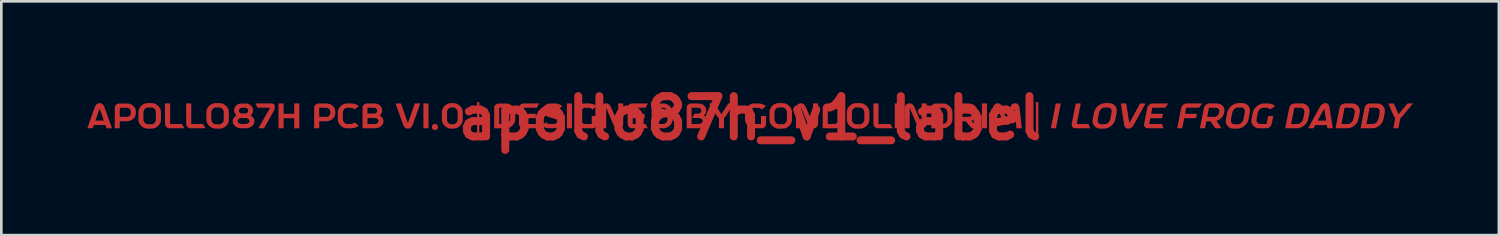
<source format=kicad_pcb>
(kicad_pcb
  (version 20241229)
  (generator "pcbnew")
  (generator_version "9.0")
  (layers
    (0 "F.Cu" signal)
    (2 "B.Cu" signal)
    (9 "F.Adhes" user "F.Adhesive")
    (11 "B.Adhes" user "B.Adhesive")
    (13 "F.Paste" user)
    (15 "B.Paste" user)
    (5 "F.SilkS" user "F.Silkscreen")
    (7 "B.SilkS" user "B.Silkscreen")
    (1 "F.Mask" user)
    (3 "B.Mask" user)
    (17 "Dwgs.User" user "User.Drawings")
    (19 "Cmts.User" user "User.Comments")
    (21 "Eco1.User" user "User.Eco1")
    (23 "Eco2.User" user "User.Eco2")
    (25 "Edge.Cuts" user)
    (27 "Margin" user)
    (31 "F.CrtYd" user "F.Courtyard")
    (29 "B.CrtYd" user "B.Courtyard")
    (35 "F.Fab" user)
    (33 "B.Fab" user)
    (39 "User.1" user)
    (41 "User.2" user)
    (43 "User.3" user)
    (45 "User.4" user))
  (footprint "apollo87h_v1_label"
    (layer "F.Cu")
    (at 25.3 1.418)
    (property "Reference" "apollo87h_v1_label" (at 0 0 0) (layer "F.Cu") (effects (font (size 1.524 1.524) (thickness 0.3))))
    (attr through_hole)
    (fp_poly (pts (xy -12.154 0.381) (xy -12.347 0.381) (xy -12.347 -0.559) (xy -12.154 -0.559)) (stroke (width 0) (type solid)) (fill yes) (layer "F.Cu"))
    (fp_poly (pts (xy -10.233 0.61) (xy -10.32 0.61) (xy -10.32 -0.61) (xy -10.233 -0.61)) (stroke (width 0) (type solid)) (fill yes) (layer "F.Cu"))
    (fp_poly (pts (xy -6.732 0.381) (xy -6.925 0.381) (xy -6.925 -0.559) (xy -6.732 -0.559)) (stroke (width 0) (type solid)) (fill yes) (layer "F.Cu"))
    (fp_poly (pts (xy 5.66 0.381) (xy 5.467 0.381) (xy 5.467 -0.559) (xy 5.66 -0.559)) (stroke (width 0) (type solid)) (fill yes) (layer "F.Cu"))
    (fp_poly (pts (xy 8.953 0.381) (xy 8.76 0.381) (xy 8.76 -0.559) (xy 8.953 -0.559)) (stroke (width 0) (type solid)) (fill yes) (layer "F.Cu"))
    (fp_poly (pts (xy 10.894 0.61) (xy 10.802 0.61) (xy 10.802 -0.61) (xy 10.894 -0.61)) (stroke (width 0) (type solid)) (fill yes) (layer "F.Cu"))
    (fp_poly (pts (xy -17.631 -0.168) (xy -17.23 -0.168) (xy -17.23 -0.559) (xy -17.037 -0.559) (xy -17.037 0.381) (xy -17.23 0.381) (xy -17.23 0) (xy -17.631 0) (xy -17.631 0.381) (xy -17.824 0.381) (xy -17.824 -0.559) (xy -17.631 -0.559)) (stroke (width 0) (type solid)) (fill yes) (layer "F.Cu"))
    (fp_poly (pts (xy -11.885 0.216) (xy -11.856 0.226) (xy -11.832 0.243) (xy -11.812 0.268) (xy -11.799 0.299) (xy -11.794 0.332) (xy -11.798 0.365) (xy -11.798 0.366) (xy -11.81 0.392) (xy -11.83 0.414) (xy -11.856 0.431) (xy -11.885 0.443) (xy -11.915 0.447) (xy -11.945 0.443) (xy -11.953 0.44) (xy -11.982 0.424) (xy -12.004 0.402) (xy -12.019 0.374) (xy -12.027 0.343) (xy -12.027 0.311) (xy -12.018 0.279) (xy -12.017 0.277) (xy -11.999 0.251) (xy -11.975 0.232) (xy -11.947 0.219) (xy -11.916 0.214)) (stroke (width 0) (type solid)) (fill yes) (layer "F.Cu"))
    (fp_poly (pts (xy -21.122 0.218) (xy -20.897 0.219) (xy -20.672 0.219) (xy -20.631 0.295) (xy -20.618 0.321) (xy -20.606 0.343) (xy -20.597 0.361) (xy -20.591 0.373) (xy -20.589 0.376) (xy -20.594 0.377) (xy -20.608 0.378) (xy -20.631 0.379) (xy -20.662 0.38) (xy -20.702 0.38) (xy -20.748 0.381) (xy -20.801 0.381) (xy -20.86 0.381) (xy -20.881 0.381) (xy -21.175 0.381) (xy -21.205 0.368) (xy -21.237 0.351) (xy -21.266 0.325) (xy -21.29 0.295) (xy -21.299 0.279) (xy -21.312 0.252) (xy -21.314 -0.154) (xy -21.315 -0.559) (xy -21.122 -0.559)) (stroke (width 0) (type solid)) (fill yes) (layer "F.Cu"))
    (fp_poly (pts (xy 4.852 0.218) (xy 5.077 0.219) (xy 5.302 0.219) (xy 5.343 0.295) (xy 5.356 0.321) (xy 5.368 0.343) (xy 5.377 0.361) (xy 5.383 0.373) (xy 5.385 0.376) (xy 5.38 0.377) (xy 5.366 0.378) (xy 5.343 0.379) (xy 5.312 0.38) (xy 5.272 0.38) (xy 5.226 0.381) (xy 5.173 0.381) (xy 5.114 0.381) (xy 5.093 0.381) (xy 4.799 0.381) (xy 4.769 0.368) (xy 4.737 0.351) (xy 4.708 0.325) (xy 4.684 0.295) (xy 4.676 0.279) (xy 4.662 0.252) (xy 4.66 -0.154) (xy 4.659 -0.559) (xy 4.852 -0.559)) (stroke (width 0) (type solid)) (fill yes) (layer "F.Cu"))
    (fp_poly (pts (xy -21.92 0.218) (xy -21.473 0.218) (xy -21.447 0.268) (xy -21.434 0.292) (xy -21.42 0.318) (xy -21.408 0.34) (xy -21.403 0.349) (xy -21.385 0.381) (xy -21.679 0.381) (xy -21.742 0.381) (xy -21.796 0.381) (xy -21.842 0.38) (xy -21.879 0.38) (xy -21.91 0.38) (xy -21.935 0.379) (xy -21.954 0.378) (xy -21.969 0.377) (xy -21.98 0.376) (xy -21.989 0.375) (xy -21.995 0.373) (xy -21.996 0.373) (xy -22.032 0.355) (xy -22.064 0.329) (xy -22.079 0.312) (xy -22.085 0.304) (xy -22.09 0.297) (xy -22.095 0.29) (xy -22.099 0.282) (xy -22.102 0.272) (xy -22.105 0.261) (xy -22.107 0.246) (xy -22.109 0.228) (xy -22.11 0.205) (xy -22.111 0.178) (xy -22.112 0.145) (xy -22.112 0.105) (xy -22.112 0.058) (xy -22.113 0.004) (xy -22.113 -0.059) (xy -22.113 -0.132) (xy -22.113 -0.161) (xy -22.113 -0.559) (xy -21.92 -0.559)) (stroke (width 0) (type solid)) (fill yes) (layer "F.Cu"))
    (fp_poly (pts (xy -7.991 -0.522) (xy -8.003 -0.5) (xy -8.018 -0.474) (xy -8.032 -0.448) (xy -8.035 -0.441) (xy -8.059 -0.396) (xy -8.546 -0.396) (xy -8.546 -0.168) (xy -8.099 -0.168) (xy -8.099 0) (xy -8.546 0) (xy -8.546 0.218) (xy -8.06 0.218) (xy -8.031 0.273) (xy -8.017 0.297) (xy -8.004 0.321) (xy -7.993 0.342) (xy -7.986 0.354) (xy -7.971 0.381) (xy -8.6 0.381) (xy -8.63 0.368) (xy -8.659 0.352) (xy -8.686 0.33) (xy -8.71 0.303) (xy -8.725 0.277) (xy -8.737 0.252) (xy -8.737 -0.086) (xy -8.737 -0.153) (xy -8.737 -0.211) (xy -8.737 -0.26) (xy -8.736 -0.301) (xy -8.736 -0.336) (xy -8.736 -0.363) (xy -8.735 -0.386) (xy -8.735 -0.403) (xy -8.734 -0.417) (xy -8.733 -0.428) (xy -8.731 -0.436) (xy -8.73 -0.442) (xy -8.728 -0.448) (xy -8.727 -0.45) (xy -8.712 -0.478) (xy -8.689 -0.504) (xy -8.661 -0.527) (xy -8.636 -0.542) (xy -8.605 -0.556) (xy -8.288 -0.558) (xy -7.971 -0.559)) (stroke (width 0) (type solid)) (fill yes) (layer "F.Cu"))
    (fp_poly (pts (xy 11.703 -0.558) (xy 11.724 -0.557) (xy 11.737 -0.557) (xy 11.742 -0.555) (xy 11.742 -0.555) (xy 11.741 -0.55) (xy 11.739 -0.536) (xy 11.734 -0.513) (xy 11.728 -0.483) (xy 11.721 -0.446) (xy 11.713 -0.403) (xy 11.704 -0.356) (xy 11.694 -0.305) (xy 11.683 -0.25) (xy 11.672 -0.193) (xy 11.66 -0.135) (xy 11.649 -0.076) (xy 11.637 -0.017) (xy 11.626 0.04) (xy 11.615 0.096) (xy 11.605 0.149) (xy 11.595 0.198) (xy 11.586 0.242) (xy 11.579 0.282) (xy 11.572 0.315) (xy 11.567 0.341) (xy 11.563 0.359) (xy 11.561 0.369) (xy 11.561 0.37) (xy 11.56 0.374) (xy 11.557 0.377) (xy 11.552 0.379) (xy 11.543 0.38) (xy 11.529 0.381) (xy 11.508 0.381) (xy 11.479 0.381) (xy 11.463 0.381) (xy 11.368 0.381) (xy 11.41 0.166) (xy 11.42 0.114) (xy 11.432 0.055) (xy 11.445 -0.01) (xy 11.458 -0.078) (xy 11.472 -0.146) (xy 11.485 -0.213) (xy 11.497 -0.275) (xy 11.502 -0.302) (xy 11.552 -0.556) (xy 11.647 -0.558) (xy 11.677 -0.558)) (stroke (width 0) (type solid)) (fill yes) (layer "F.Cu"))
    (fp_poly (pts (xy -4.262 -0.558) (xy -4.199 -0.558) (xy -4.171 -0.558) (xy -3.863 -0.556) (xy -3.95 -0.396) (xy -4.193 -0.396) (xy -4.436 -0.396) (xy -4.436 -0.168) (xy -4.213 -0.166) (xy -3.991 -0.165) (xy -3.99 -0.083) (xy -3.988 0) (xy -4.436 0) (xy -4.436 0.218) (xy -4.193 0.219) (xy -3.95 0.219) (xy -3.907 0.3) (xy -3.863 0.381) (xy -4.176 0.381) (xy -4.232 0.38) (xy -4.285 0.38) (xy -4.335 0.38) (xy -4.38 0.379) (xy -4.419 0.379) (xy -4.452 0.378) (xy -4.478 0.377) (xy -4.496 0.377) (xy -4.504 0.376) (xy -4.504 0.376) (xy -4.536 0.362) (xy -4.566 0.341) (xy -4.592 0.314) (xy -4.612 0.284) (xy -4.621 0.262) (xy -4.623 0.251) (xy -4.624 0.231) (xy -4.626 0.204) (xy -4.627 0.169) (xy -4.628 0.128) (xy -4.629 0.083) (xy -4.629 0.034) (xy -4.629 -0.017) (xy -4.63 -0.07) (xy -4.63 -0.123) (xy -4.629 -0.176) (xy -4.629 -0.227) (xy -4.628 -0.275) (xy -4.628 -0.319) (xy -4.627 -0.357) (xy -4.626 -0.39) (xy -4.624 -0.416) (xy -4.623 -0.433) (xy -4.622 -0.439) (xy -4.606 -0.474) (xy -4.582 -0.504) (xy -4.558 -0.524) (xy -4.548 -0.531) (xy -4.54 -0.537) (xy -4.531 -0.542) (xy -4.521 -0.546) (xy -4.51 -0.55) (xy -4.496 -0.552) (xy -4.479 -0.554) (xy -4.458 -0.556) (xy -4.431 -0.557) (xy -4.4 -0.558) (xy -4.361 -0.558) (xy -4.316 -0.558)) (stroke (width 0) (type solid)) (fill yes) (layer "F.Cu"))
    (fp_poly (pts (xy -5.407 -0.56) (xy -5.381 -0.555) (xy -5.359 -0.546) (xy -5.338 -0.531) (xy -5.317 -0.511) (xy -5.31 -0.503) (xy -5.302 -0.494) (xy -5.295 -0.484) (xy -5.287 -0.472) (xy -5.279 -0.458) (xy -5.27 -0.44) (xy -5.259 -0.418) (xy -5.247 -0.391) (xy -5.232 -0.36) (xy -5.216 -0.322) (xy -5.196 -0.278) (xy -5.174 -0.226) (xy -5.149 -0.166) (xy -5.12 -0.098) (xy -5.116 -0.089) (xy -4.987 0.215) (xy -4.986 -0.172) (xy -4.984 -0.559) (xy -4.796 -0.559) (xy -4.797 -0.151) (xy -4.797 0.257) (xy -4.808 0.282) (xy -4.819 0.299) (xy -4.834 0.318) (xy -4.846 0.331) (xy -4.883 0.36) (xy -4.923 0.378) (xy -4.965 0.387) (xy -5.009 0.386) (xy -5.015 0.385) (xy -5.051 0.374) (xy -5.084 0.354) (xy -5.116 0.324) (xy -5.144 0.285) (xy -5.147 0.28) (xy -5.154 0.267) (xy -5.164 0.245) (xy -5.177 0.218) (xy -5.191 0.186) (xy -5.207 0.15) (xy -5.223 0.113) (xy -5.228 0.102) (xy -5.245 0.06) (xy -5.266 0.011) (xy -5.288 -0.041) (xy -5.311 -0.096) (xy -5.334 -0.149) (xy -5.355 -0.199) (xy -5.363 -0.216) (xy -5.436 -0.389) (xy -5.436 -0.004) (xy -5.437 0.381) (xy -5.63 0.381) (xy -5.629 -0.029) (xy -5.627 -0.44) (xy -5.612 -0.467) (xy -5.591 -0.497) (xy -5.562 -0.523) (xy -5.525 -0.545) (xy -5.523 -0.546) (xy -5.507 -0.553) (xy -5.493 -0.558) (xy -5.479 -0.56) (xy -5.46 -0.561) (xy -5.439 -0.561)) (stroke (width 0) (type solid)) (fill yes) (layer "F.Cu"))
    (fp_poly (pts (xy 1.955 -0.563) (xy 1.969 -0.56) (xy 1.985 -0.554) (xy 1.991 -0.551) (xy 2.024 -0.531) (xy 2.054 -0.503) (xy 2.082 -0.466) (xy 2.097 -0.439) (xy 2.102 -0.427) (xy 2.112 -0.407) (xy 2.124 -0.379) (xy 2.139 -0.345) (xy 2.156 -0.305) (xy 2.176 -0.26) (xy 2.196 -0.212) (xy 2.218 -0.16) (xy 2.241 -0.107) (xy 2.246 -0.094) (xy 2.375 0.21) (xy 2.377 -0.174) (xy 2.378 -0.559) (xy 2.571 -0.559) (xy 2.571 -0.161) (xy 2.571 -0.086) (xy 2.571 -0.021) (xy 2.571 0.035) (xy 2.571 0.083) (xy 2.57 0.124) (xy 2.57 0.157) (xy 2.569 0.185) (xy 2.569 0.208) (xy 2.568 0.226) (xy 2.567 0.239) (xy 2.566 0.25) (xy 2.565 0.258) (xy 2.563 0.263) (xy 2.548 0.296) (xy 2.525 0.326) (xy 2.495 0.351) (xy 2.461 0.37) (xy 2.423 0.383) (xy 2.383 0.388) (xy 2.352 0.386) (xy 2.315 0.375) (xy 2.282 0.355) (xy 2.25 0.325) (xy 2.222 0.285) (xy 2.201 0.246) (xy 2.194 0.233) (xy 2.184 0.21) (xy 2.172 0.181) (xy 2.156 0.145) (xy 2.138 0.103) (xy 2.118 0.058) (xy 2.097 0.008) (xy 2.075 -0.044) (xy 2.053 -0.097) (xy 2.052 -0.098) (xy 1.928 -0.391) (xy 1.926 0.381) (xy 1.732 0.381) (xy 1.734 -0.024) (xy 1.735 -0.429) (xy 1.747 -0.456) (xy 1.763 -0.481) (xy 1.785 -0.507) (xy 1.812 -0.529) (xy 1.841 -0.546) (xy 1.843 -0.547) (xy 1.864 -0.556) (xy 1.886 -0.56) (xy 1.913 -0.563) (xy 1.916 -0.563) (xy 1.939 -0.564)) (stroke (width 0) (type solid)) (fill yes) (layer "F.Cu"))
    (fp_poly (pts (xy -0.69 -0.559) (xy -0.663 -0.559) (xy -0.641 -0.558) (xy -0.627 -0.558) (xy -0.62 -0.557) (xy -0.62 -0.557) (xy -0.623 -0.552) (xy -0.63 -0.539) (xy -0.642 -0.52) (xy -0.657 -0.495) (xy -0.676 -0.465) (xy -0.697 -0.431) (xy -0.72 -0.395) (xy -0.744 -0.356) (xy -0.769 -0.316) (xy -0.794 -0.277) (xy -0.818 -0.238) (xy -0.842 -0.201) (xy -0.863 -0.166) (xy -0.883 -0.136) (xy -0.9 -0.11) (xy -0.913 -0.089) (xy -0.922 -0.075) (xy -0.926 -0.07) (xy -0.94 -0.052) (xy -0.955 -0.035) (xy -0.967 -0.022) (xy -0.968 -0.021) (xy -0.986 -0.005) (xy -0.986 0.381) (xy -1.179 0.381) (xy -1.179 -0.004) (xy -1.194 -0.015) (xy -1.202 -0.022) (xy -1.211 -0.03) (xy -1.221 -0.042) (xy -1.233 -0.058) (xy -1.247 -0.078) (xy -1.264 -0.103) (xy -1.284 -0.133) (xy -1.308 -0.169) (xy -1.335 -0.213) (xy -1.367 -0.263) (xy -1.404 -0.322) (xy -1.404 -0.323) (xy -1.549 -0.556) (xy -1.449 -0.558) (xy -1.412 -0.558) (xy -1.385 -0.558) (xy -1.365 -0.557) (xy -1.352 -0.556) (xy -1.345 -0.554) (xy -1.343 -0.553) (xy -1.339 -0.547) (xy -1.331 -0.534) (xy -1.317 -0.514) (xy -1.301 -0.488) (xy -1.28 -0.457) (xy -1.258 -0.422) (xy -1.233 -0.384) (xy -1.212 -0.351) (xy -1.186 -0.311) (xy -1.162 -0.273) (xy -1.14 -0.239) (xy -1.121 -0.21) (xy -1.106 -0.186) (xy -1.094 -0.168) (xy -1.087 -0.157) (xy -1.085 -0.154) (xy -1.082 -0.157) (xy -1.074 -0.169) (xy -1.062 -0.187) (xy -1.046 -0.212) (xy -1.026 -0.242) (xy -1.004 -0.276) (xy -0.979 -0.314) (xy -0.953 -0.355) (xy -0.953 -0.355) (xy -0.822 -0.559) (xy -0.721 -0.559)) (stroke (width 0) (type solid)) (fill yes) (layer "F.Cu"))
    (fp_poly (pts (xy 12.374 -0.558) (xy 12.404 -0.558) (xy 12.497 -0.556) (xy 12.422 -0.175) (xy 12.41 -0.114) (xy 12.399 -0.056) (xy 12.388 -0.002) (xy 12.379 0.048) (xy 12.37 0.093) (xy 12.362 0.132) (xy 12.356 0.164) (xy 12.351 0.188) (xy 12.348 0.205) (xy 12.347 0.212) (xy 12.347 0.212) (xy 12.349 0.214) (xy 12.356 0.215) (xy 12.367 0.216) (xy 12.385 0.217) (xy 12.41 0.218) (xy 12.442 0.218) (xy 12.482 0.218) (xy 12.531 0.218) (xy 12.57 0.218) (xy 12.617 0.219) (xy 12.66 0.219) (xy 12.699 0.219) (xy 12.733 0.219) (xy 12.76 0.219) (xy 12.78 0.22) (xy 12.792 0.22) (xy 12.794 0.22) (xy 12.796 0.225) (xy 12.8 0.238) (xy 12.807 0.258) (xy 12.815 0.282) (xy 12.822 0.301) (xy 12.85 0.381) (xy 12.556 0.381) (xy 12.502 0.38) (xy 12.451 0.38) (xy 12.404 0.38) (xy 12.361 0.379) (xy 12.324 0.379) (xy 12.293 0.378) (xy 12.27 0.378) (xy 12.255 0.377) (xy 12.25 0.376) (xy 12.219 0.362) (xy 12.191 0.34) (xy 12.188 0.336) (xy 12.168 0.309) (xy 12.157 0.281) (xy 12.154 0.25) (xy 12.154 0.249) (xy 12.155 0.241) (xy 12.157 0.224) (xy 12.162 0.199) (xy 12.167 0.167) (xy 12.174 0.129) (xy 12.182 0.086) (xy 12.191 0.039) (xy 12.2 -0.012) (xy 12.21 -0.065) (xy 12.221 -0.12) (xy 12.231 -0.175) (xy 12.242 -0.229) (xy 12.252 -0.283) (xy 12.262 -0.334) (xy 12.272 -0.383) (xy 12.28 -0.427) (xy 12.288 -0.466) (xy 12.295 -0.5) (xy 12.301 -0.526) (xy 12.305 -0.545) (xy 12.307 -0.556) (xy 12.308 -0.557) (xy 12.313 -0.558) (xy 12.327 -0.558) (xy 12.348 -0.558)) (stroke (width 0) (type solid)) (fill yes) (layer "F.Cu"))
    (fp_poly (pts (xy 25.046 -0.547) (xy 25.041 -0.541) (xy 25.03 -0.528) (xy 25.014 -0.509) (xy 24.993 -0.484) (xy 24.969 -0.454) (xy 24.941 -0.42) (xy 24.91 -0.382) (xy 24.877 -0.342) (xy 24.855 -0.314) (xy 24.811 -0.261) (xy 24.77 -0.212) (xy 24.733 -0.168) (xy 24.7 -0.129) (xy 24.672 -0.096) (xy 24.648 -0.071) (xy 24.631 -0.052) (xy 24.625 -0.046) (xy 24.576 0.000245) (xy 24.541 0.182) (xy 24.533 0.224) (xy 24.525 0.263) (xy 24.518 0.297) (xy 24.512 0.327) (xy 24.507 0.35) (xy 24.504 0.366) (xy 24.503 0.372) (xy 24.501 0.375) (xy 24.497 0.378) (xy 24.489 0.379) (xy 24.477 0.38) (xy 24.458 0.381) (xy 24.431 0.381) (xy 24.405 0.381) (xy 24.309 0.381) (xy 24.347 0.19) (xy 24.384 -0.000329) (xy 24.364 -0.024) (xy 24.351 -0.042) (xy 24.338 -0.061) (xy 24.332 -0.071) (xy 24.328 -0.079) (xy 24.321 -0.095) (xy 24.311 -0.118) (xy 24.298 -0.146) (xy 24.284 -0.18) (xy 24.268 -0.217) (xy 24.251 -0.256) (xy 24.233 -0.297) (xy 24.215 -0.339) (xy 24.198 -0.38) (xy 24.182 -0.419) (xy 24.166 -0.455) (xy 24.153 -0.487) (xy 24.141 -0.515) (xy 24.132 -0.536) (xy 24.127 -0.55) (xy 24.125 -0.556) (xy 24.125 -0.556) (xy 24.129 -0.557) (xy 24.143 -0.558) (xy 24.164 -0.558) (xy 24.19 -0.558) (xy 24.22 -0.558) (xy 24.226 -0.558) (xy 24.328 -0.556) (xy 24.412 -0.368) (xy 24.431 -0.327) (xy 24.448 -0.288) (xy 24.464 -0.252) (xy 24.478 -0.222) (xy 24.489 -0.196) (xy 24.497 -0.178) (xy 24.502 -0.167) (xy 24.502 -0.166) (xy 24.509 -0.151) (xy 24.679 -0.355) (xy 24.849 -0.558) (xy 24.952 -0.559) (xy 25.056 -0.559)) (stroke (width 0) (type solid)) (fill yes) (layer "F.Cu"))
    (fp_poly (pts (xy 6.053 -0.561) (xy 6.07 -0.56) (xy 6.082 -0.558) (xy 6.094 -0.553) (xy 6.107 -0.546) (xy 6.138 -0.524) (xy 6.168 -0.492) (xy 6.194 -0.452) (xy 6.206 -0.43) (xy 6.212 -0.417) (xy 6.221 -0.396) (xy 6.234 -0.367) (xy 6.249 -0.332) (xy 6.267 -0.291) (xy 6.286 -0.245) (xy 6.307 -0.197) (xy 6.329 -0.145) (xy 6.352 -0.091) (xy 6.354 -0.085) (xy 6.481 0.213) (xy 6.482 -0.173) (xy 6.483 -0.559) (xy 6.677 -0.559) (xy 6.675 -0.151) (xy 6.675 -0.076) (xy 6.675 -0.01) (xy 6.674 0.048) (xy 6.674 0.097) (xy 6.674 0.138) (xy 6.673 0.172) (xy 6.672 0.2) (xy 6.672 0.223) (xy 6.671 0.24) (xy 6.67 0.253) (xy 6.669 0.262) (xy 6.668 0.269) (xy 6.667 0.272) (xy 6.643 0.309) (xy 6.613 0.34) (xy 6.578 0.364) (xy 6.539 0.38) (xy 6.498 0.387) (xy 6.457 0.386) (xy 6.42 0.375) (xy 6.386 0.355) (xy 6.355 0.325) (xy 6.326 0.287) (xy 6.309 0.255) (xy 6.303 0.242) (xy 6.294 0.221) (xy 6.281 0.193) (xy 6.266 0.158) (xy 6.248 0.118) (xy 6.229 0.073) (xy 6.208 0.024) (xy 6.186 -0.028) (xy 6.163 -0.081) (xy 6.16 -0.088) (xy 6.034 -0.388) (xy 6.032 -0.003) (xy 6.031 0.381) (xy 5.838 0.381) (xy 5.839 -0.027) (xy 5.839 -0.101) (xy 5.84 -0.165) (xy 5.84 -0.221) (xy 5.84 -0.268) (xy 5.841 -0.308) (xy 5.841 -0.342) (xy 5.841 -0.369) (xy 5.842 -0.391) (xy 5.843 -0.409) (xy 5.844 -0.423) (xy 5.845 -0.433) (xy 5.846 -0.441) (xy 5.847 -0.447) (xy 5.849 -0.452) (xy 5.851 -0.456) (xy 5.852 -0.458) (xy 5.87 -0.488) (xy 5.897 -0.515) (xy 5.93 -0.538) (xy 5.943 -0.544) (xy 5.96 -0.552) (xy 5.973 -0.557) (xy 5.987 -0.56) (xy 6.005 -0.561) (xy 6.029 -0.561)) (stroke (width 0) (type solid)) (fill yes) (layer "F.Cu"))
    (fp_poly (pts (xy -18.317 -0.559) (xy -18.261 -0.559) (xy -18.212 -0.559) (xy -18.172 -0.558) (xy -18.139 -0.558) (xy -18.112 -0.557) (xy -18.091 -0.557) (xy -18.074 -0.556) (xy -18.061 -0.555) (xy -18.051 -0.554) (xy -18.044 -0.552) (xy -18.039 -0.551) (xy -18.012 -0.539) (xy -17.992 -0.523) (xy -17.977 -0.501) (xy -17.974 -0.496) (xy -17.965 -0.468) (xy -17.961 -0.434) (xy -17.963 -0.396) (xy -17.969 -0.361) (xy -17.972 -0.349) (xy -17.976 -0.337) (xy -17.982 -0.323) (xy -17.989 -0.307) (xy -17.997 -0.288) (xy -18.009 -0.265) (xy -18.022 -0.239) (xy -18.039 -0.208) (xy -18.059 -0.172) (xy -18.083 -0.129) (xy -18.11 -0.08) (xy -18.142 -0.024) (xy -18.179 0.04) (xy -18.199 0.076) (xy -18.372 0.379) (xy -18.477 0.38) (xy -18.508 0.38) (xy -18.536 0.38) (xy -18.558 0.38) (xy -18.574 0.38) (xy -18.581 0.379) (xy -18.581 0.379) (xy -18.579 0.374) (xy -18.572 0.361) (xy -18.56 0.341) (xy -18.545 0.313) (xy -18.526 0.28) (xy -18.504 0.241) (xy -18.479 0.197) (xy -18.451 0.148) (xy -18.421 0.096) (xy -18.39 0.041) (xy -18.365 -0.004) (xy -18.332 -0.061) (xy -18.301 -0.116) (xy -18.272 -0.167) (xy -18.244 -0.215) (xy -18.22 -0.259) (xy -18.198 -0.297) (xy -18.179 -0.33) (xy -18.165 -0.356) (xy -18.154 -0.375) (xy -18.147 -0.387) (xy -18.146 -0.39) (xy -18.147 -0.391) (xy -18.153 -0.393) (xy -18.163 -0.394) (xy -18.18 -0.395) (xy -18.203 -0.396) (xy -18.234 -0.396) (xy -18.272 -0.397) (xy -18.319 -0.397) (xy -18.376 -0.398) (xy -18.608 -0.399) (xy -18.656 -0.475) (xy -18.671 -0.5) (xy -18.684 -0.522) (xy -18.695 -0.539) (xy -18.701 -0.551) (xy -18.703 -0.555) (xy -18.698 -0.556) (xy -18.684 -0.556) (xy -18.661 -0.557) (xy -18.631 -0.558) (xy -18.594 -0.558) (xy -18.551 -0.558) (xy -18.503 -0.559) (xy -18.451 -0.559) (xy -18.396 -0.559) (xy -18.383 -0.559)) (stroke (width 0) (type solid)) (fill yes) (layer "F.Cu"))
    (fp_poly (pts (xy -23.641 -0.556) (xy -23.6 -0.556) (xy -23.567 -0.556) (xy -23.541 -0.556) (xy -23.521 -0.555) (xy -23.504 -0.554) (xy -23.491 -0.552) (xy -23.48 -0.551) (xy -23.47 -0.548) (xy -23.46 -0.546) (xy -23.457 -0.545) (xy -23.408 -0.527) (xy -23.365 -0.505) (xy -23.325 -0.475) (xy -23.304 -0.455) (xy -23.272 -0.42) (xy -23.249 -0.386) (xy -23.232 -0.348) (xy -23.223 -0.318) (xy -23.219 -0.294) (xy -23.216 -0.264) (xy -23.215 -0.23) (xy -23.215 -0.195) (xy -23.217 -0.162) (xy -23.221 -0.135) (xy -23.223 -0.124) (xy -23.241 -0.074) (xy -23.267 -0.029) (xy -23.302 0.012) (xy -23.344 0.047) (xy -23.392 0.076) (xy -23.447 0.098) (xy -23.463 0.103) (xy -23.475 0.106) (xy -23.487 0.108) (xy -23.501 0.11) (xy -23.517 0.112) (xy -23.538 0.113) (xy -23.564 0.114) (xy -23.596 0.115) (xy -23.637 0.115) (xy -23.664 0.116) (xy -23.825 0.118) (xy -23.825 0.381) (xy -24.013 0.381) (xy -24.012 -0.029) (xy -24.012 -0.05) (xy -23.825 -0.05) (xy -23.669 -0.052) (xy -23.624 -0.052) (xy -23.589 -0.053) (xy -23.561 -0.053) (xy -23.54 -0.054) (xy -23.524 -0.055) (xy -23.512 -0.057) (xy -23.503 -0.059) (xy -23.496 -0.061) (xy -23.489 -0.064) (xy -23.459 -0.084) (xy -23.434 -0.112) (xy -23.419 -0.137) (xy -23.414 -0.151) (xy -23.41 -0.165) (xy -23.408 -0.181) (xy -23.407 -0.203) (xy -23.407 -0.218) (xy -23.407 -0.243) (xy -23.409 -0.266) (xy -23.411 -0.285) (xy -23.412 -0.293) (xy -23.425 -0.322) (xy -23.445 -0.348) (xy -23.47 -0.368) (xy -23.471 -0.368) (xy -23.487 -0.376) (xy -23.504 -0.383) (xy -23.524 -0.388) (xy -23.548 -0.391) (xy -23.577 -0.394) (xy -23.612 -0.395) (xy -23.656 -0.395) (xy -23.694 -0.395) (xy -23.822 -0.394) (xy -23.824 -0.222) (xy -23.825 -0.05) (xy -24.012 -0.05) (xy -24.01 -0.44) (xy -23.997 -0.465) (xy -23.975 -0.497) (xy -23.945 -0.524) (xy -23.912 -0.543) (xy -23.883 -0.556) (xy -23.69 -0.556)) (stroke (width 0) (type solid)) (fill yes) (layer "F.Cu"))
    (fp_poly (pts (xy -9.123 -0.542) (xy -9.068 -0.518) (xy -9.018 -0.485) (xy -8.974 -0.445) (xy -8.936 -0.399) (xy -8.906 -0.347) (xy -8.885 -0.292) (xy -8.883 -0.285) (xy -8.88 -0.267) (xy -8.878 -0.242) (xy -8.876 -0.21) (xy -8.874 -0.172) (xy -8.874 -0.131) (xy -8.873 -0.089) (xy -8.874 -0.046) (xy -8.874 -0.005) (xy -8.876 0.033) (xy -8.878 0.065) (xy -8.88 0.092) (xy -8.883 0.109) (xy -8.902 0.165) (xy -8.93 0.216) (xy -8.966 0.262) (xy -9.009 0.302) (xy -9.059 0.336) (xy -9.082 0.348) (xy -9.097 0.355) (xy -9.112 0.361) (xy -9.126 0.366) (xy -9.142 0.37) (xy -9.159 0.374) (xy -9.179 0.376) (xy -9.203 0.378) (xy -9.232 0.379) (xy -9.267 0.38) (xy -9.308 0.381) (xy -9.358 0.381) (xy -9.416 0.381) (xy -9.433 0.381) (xy -9.674 0.381) (xy -9.674 0.218) (xy -9.481 0.218) (xy -9.354 0.218) (xy -9.316 0.218) (xy -9.28 0.218) (xy -9.249 0.217) (xy -9.224 0.215) (xy -9.207 0.214) (xy -9.202 0.213) (xy -9.169 0.201) (xy -9.139 0.18) (xy -9.111 0.152) (xy -9.089 0.118) (xy -9.079 0.097) (xy -9.075 0.087) (xy -9.073 0.078) (xy -9.071 0.067) (xy -9.069 0.052) (xy -9.068 0.033) (xy -9.067 0.009) (xy -9.066 -0.023) (xy -9.066 -0.064) (xy -9.065 -0.106) (xy -9.065 -0.145) (xy -9.066 -0.178) (xy -9.067 -0.206) (xy -9.068 -0.225) (xy -9.069 -0.231) (xy -9.08 -0.275) (xy -9.1 -0.314) (xy -9.126 -0.346) (xy -9.16 -0.372) (xy -9.175 -0.38) (xy -9.184 -0.384) (xy -9.192 -0.387) (xy -9.201 -0.39) (xy -9.212 -0.392) (xy -9.226 -0.393) (xy -9.244 -0.394) (xy -9.269 -0.394) (xy -9.302 -0.395) (xy -9.343 -0.395) (xy -9.481 -0.397) (xy -9.481 0.218) (xy -9.674 0.218) (xy -9.673 -0.027) (xy -9.672 -0.434) (xy -9.657 -0.464) (xy -9.636 -0.496) (xy -9.605 -0.524) (xy -9.573 -0.543) (xy -9.545 -0.556) (xy -9.164 -0.556)) (stroke (width 0) (type solid)) (fill yes) (layer "F.Cu"))
    (fp_poly (pts (xy 15.394 -0.558) (xy 15.45 -0.558) (xy 15.501 -0.558) (xy 15.807 -0.556) (xy 15.748 -0.476) (xy 15.689 -0.396) (xy 15.203 -0.396) (xy 15.197 -0.367) (xy 15.194 -0.353) (xy 15.19 -0.33) (xy 15.184 -0.303) (xy 15.178 -0.272) (xy 15.175 -0.254) (xy 15.159 -0.17) (xy 15.381 -0.169) (xy 15.428 -0.169) (xy 15.471 -0.168) (xy 15.51 -0.167) (xy 15.543 -0.167) (xy 15.57 -0.166) (xy 15.59 -0.165) (xy 15.601 -0.164) (xy 15.604 -0.164) (xy 15.603 -0.158) (xy 15.6 -0.144) (xy 15.596 -0.123) (xy 15.591 -0.098) (xy 15.588 -0.08) (xy 15.572 -0.000104) (xy 15.348 0.001) (xy 15.124 0.003) (xy 15.103 0.111) (xy 15.082 0.218) (xy 15.567 0.218) (xy 15.573 0.235) (xy 15.577 0.246) (xy 15.583 0.264) (xy 15.591 0.287) (xy 15.6 0.313) (xy 15.601 0.316) (xy 15.624 0.381) (xy 15.313 0.381) (xy 15.248 0.381) (xy 15.192 0.381) (xy 15.145 0.38) (xy 15.106 0.38) (xy 15.074 0.38) (xy 15.048 0.379) (xy 15.027 0.378) (xy 15.011 0.377) (xy 14.998 0.376) (xy 14.989 0.375) (xy 14.981 0.373) (xy 14.976 0.372) (xy 14.948 0.357) (xy 14.923 0.335) (xy 14.903 0.308) (xy 14.891 0.277) (xy 14.887 0.249) (xy 14.888 0.241) (xy 14.891 0.224) (xy 14.896 0.198) (xy 14.901 0.166) (xy 14.909 0.127) (xy 14.917 0.082) (xy 14.926 0.033) (xy 14.937 -0.02) (xy 14.948 -0.076) (xy 14.951 -0.091) (xy 14.964 -0.161) (xy 14.976 -0.221) (xy 14.987 -0.272) (xy 14.996 -0.316) (xy 15.003 -0.351) (xy 15.01 -0.38) (xy 15.016 -0.403) (xy 15.02 -0.42) (xy 15.024 -0.432) (xy 15.027 -0.44) (xy 15.05 -0.475) (xy 15.081 -0.506) (xy 15.118 -0.531) (xy 15.161 -0.549) (xy 15.162 -0.549) (xy 15.169 -0.551) (xy 15.176 -0.553) (xy 15.185 -0.554) (xy 15.196 -0.556) (xy 15.209 -0.556) (xy 15.226 -0.557) (xy 15.247 -0.558) (xy 15.274 -0.558) (xy 15.306 -0.558) (xy 15.346 -0.558)) (stroke (width 0) (type solid)) (fill yes) (layer "F.Cu"))
    (fp_poly (pts (xy -16.047 -0.558) (xy -16.02 -0.558) (xy -15.999 -0.557) (xy -15.981 -0.555) (xy -15.965 -0.554) (xy -15.951 -0.551) (xy -15.951 -0.551) (xy -15.893 -0.536) (xy -15.84 -0.513) (xy -15.794 -0.483) (xy -15.754 -0.446) (xy -15.721 -0.403) (xy -15.708 -0.379) (xy -15.691 -0.336) (xy -15.68 -0.29) (xy -15.675 -0.238) (xy -15.675 -0.221) (xy -15.676 -0.194) (xy -15.678 -0.166) (xy -15.681 -0.142) (xy -15.683 -0.135) (xy -15.698 -0.084) (xy -15.723 -0.038) (xy -15.755 0.004) (xy -15.795 0.04) (xy -15.841 0.069) (xy -15.894 0.092) (xy -15.952 0.108) (xy -15.974 0.112) (xy -15.988 0.113) (xy -16.011 0.114) (xy -16.04 0.115) (xy -16.074 0.116) (xy -16.112 0.117) (xy -16.146 0.117) (xy -16.285 0.117) (xy -16.285 0.381) (xy -16.478 0.381) (xy -16.477 -0.024) (xy -16.477 -0.05) (xy -16.285 -0.05) (xy -16.131 -0.052) (xy -16.087 -0.052) (xy -16.053 -0.053) (xy -16.025 -0.053) (xy -16.005 -0.054) (xy -15.989 -0.055) (xy -15.977 -0.057) (xy -15.968 -0.059) (xy -15.96 -0.061) (xy -15.952 -0.065) (xy -15.95 -0.065) (xy -15.921 -0.084) (xy -15.897 -0.109) (xy -15.88 -0.139) (xy -15.876 -0.148) (xy -15.871 -0.172) (xy -15.868 -0.203) (xy -15.868 -0.236) (xy -15.871 -0.268) (xy -15.876 -0.294) (xy -15.876 -0.295) (xy -15.89 -0.324) (xy -15.912 -0.35) (xy -15.941 -0.371) (xy -15.962 -0.381) (xy -15.971 -0.385) (xy -15.981 -0.388) (xy -15.991 -0.39) (xy -16.004 -0.391) (xy -16.02 -0.393) (xy -16.042 -0.393) (xy -16.07 -0.394) (xy -16.106 -0.395) (xy -16.139 -0.395) (xy -16.285 -0.397) (xy -16.285 -0.05) (xy -16.477 -0.05) (xy -16.475 -0.429) (xy -16.463 -0.456) (xy -16.449 -0.48) (xy -16.427 -0.504) (xy -16.403 -0.526) (xy -16.377 -0.543) (xy -16.373 -0.545) (xy -16.366 -0.548) (xy -16.359 -0.55) (xy -16.35 -0.552) (xy -16.34 -0.554) (xy -16.325 -0.555) (xy -16.306 -0.556) (xy -16.281 -0.557) (xy -16.249 -0.557) (xy -16.209 -0.558) (xy -16.172 -0.558) (xy -16.122 -0.558) (xy -16.081 -0.558)) (stroke (width 0) (type solid)) (fill yes) (layer "F.Cu"))
    (fp_poly (pts (xy 16.835 -0.559) (xy 16.887 -0.559) (xy 16.935 -0.559) (xy 16.977 -0.558) (xy 17.014 -0.558) (xy 17.045 -0.558) (xy 17.068 -0.557) (xy 17.082 -0.557) (xy 17.087 -0.556) (xy 17.087 -0.556) (xy 17.085 -0.552) (xy 17.077 -0.54) (xy 17.064 -0.523) (xy 17.049 -0.502) (xy 17.031 -0.478) (xy 17.029 -0.475) (xy 16.971 -0.396) (xy 16.484 -0.396) (xy 16.463 -0.288) (xy 16.457 -0.255) (xy 16.452 -0.227) (xy 16.447 -0.202) (xy 16.444 -0.185) (xy 16.442 -0.175) (xy 16.442 -0.173) (xy 16.446 -0.172) (xy 16.456 -0.171) (xy 16.475 -0.17) (xy 16.502 -0.169) (xy 16.537 -0.168) (xy 16.581 -0.168) (xy 16.635 -0.168) (xy 16.663 -0.168) (xy 16.884 -0.168) (xy 16.884 -0.156) (xy 16.883 -0.147) (xy 16.88 -0.13) (xy 16.876 -0.108) (xy 16.871 -0.082) (xy 16.87 -0.074) (xy 16.856 -0.003) (xy 16.632 -0.001) (xy 16.407 0.000106) (xy 16.401 0.029) (xy 16.399 0.041) (xy 16.395 0.062) (xy 16.389 0.09) (xy 16.383 0.123) (xy 16.375 0.16) (xy 16.367 0.2) (xy 16.364 0.218) (xy 16.333 0.379) (xy 16.237 0.38) (xy 16.208 0.38) (xy 16.182 0.38) (xy 16.161 0.379) (xy 16.147 0.379) (xy 16.142 0.377) (xy 16.142 0.377) (xy 16.143 0.372) (xy 16.146 0.357) (xy 16.151 0.334) (xy 16.156 0.303) (xy 16.164 0.265) (xy 16.172 0.222) (xy 16.182 0.172) (xy 16.192 0.118) (xy 16.204 0.061) (xy 16.216 -0.00023) (xy 16.219 -0.018) (xy 16.236 -0.102) (xy 16.25 -0.177) (xy 16.264 -0.242) (xy 16.275 -0.297) (xy 16.285 -0.343) (xy 16.293 -0.38) (xy 16.299 -0.407) (xy 16.304 -0.426) (xy 16.307 -0.435) (xy 16.328 -0.47) (xy 16.357 -0.501) (xy 16.392 -0.527) (xy 16.432 -0.546) (xy 16.443 -0.549) (xy 16.45 -0.551) (xy 16.457 -0.553) (xy 16.466 -0.554) (xy 16.477 -0.556) (xy 16.491 -0.557) (xy 16.509 -0.557) (xy 16.532 -0.558) (xy 16.561 -0.558) (xy 16.596 -0.559) (xy 16.638 -0.559) (xy 16.688 -0.559) (xy 16.747 -0.559) (xy 16.781 -0.559)) (stroke (width 0) (type solid)) (fill yes) (layer "F.Cu"))
    (fp_poly (pts (xy -12.535 -0.559) (xy -12.509 -0.559) (xy -12.491 -0.558) (xy -12.479 -0.557) (xy -12.473 -0.556) (xy -12.47 -0.553) (xy -12.47 -0.551) (xy -12.47 -0.55) (xy -12.474 -0.538) (xy -12.48 -0.518) (xy -12.49 -0.491) (xy -12.502 -0.456) (xy -12.516 -0.416) (xy -12.531 -0.371) (xy -12.548 -0.323) (xy -12.567 -0.271) (xy -12.586 -0.217) (xy -12.606 -0.161) (xy -12.625 -0.106) (xy -12.645 -0.051) (xy -12.664 0.003) (xy -12.683 0.054) (xy -12.7 0.102) (xy -12.716 0.146) (xy -12.73 0.185) (xy -12.743 0.218) (xy -12.752 0.244) (xy -12.759 0.263) (xy -12.764 0.273) (xy -12.764 0.273) (xy -12.788 0.314) (xy -12.817 0.347) (xy -12.85 0.372) (xy -12.886 0.388) (xy -12.924 0.395) (xy -12.963 0.392) (xy -12.977 0.389) (xy -12.995 0.382) (xy -13.013 0.375) (xy -13.02 0.371) (xy -13.042 0.354) (xy -13.065 0.33) (xy -13.085 0.302) (xy -13.1 0.276) (xy -13.105 0.266) (xy -13.112 0.247) (xy -13.122 0.22) (xy -13.135 0.186) (xy -13.15 0.145) (xy -13.167 0.099) (xy -13.185 0.048) (xy -13.205 -0.007) (xy -13.226 -0.065) (xy -13.247 -0.126) (xy -13.256 -0.152) (xy -13.278 -0.213) (xy -13.298 -0.271) (xy -13.317 -0.326) (xy -13.335 -0.376) (xy -13.351 -0.422) (xy -13.365 -0.462) (xy -13.377 -0.495) (xy -13.386 -0.522) (xy -13.393 -0.541) (xy -13.397 -0.551) (xy -13.397 -0.553) (xy -13.396 -0.555) (xy -13.39 -0.557) (xy -13.378 -0.558) (xy -13.36 -0.558) (xy -13.333 -0.558) (xy -13.297 -0.558) (xy -13.194 -0.556) (xy -13.07 -0.203) (xy -13.05 -0.145) (xy -13.03 -0.09) (xy -13.012 -0.038) (xy -12.995 0.01) (xy -12.98 0.054) (xy -12.967 0.092) (xy -12.956 0.123) (xy -12.948 0.147) (xy -12.942 0.163) (xy -12.94 0.17) (xy -12.933 0.19) (xy -12.822 -0.128) (xy -12.803 -0.184) (xy -12.784 -0.238) (xy -12.765 -0.291) (xy -12.748 -0.34) (xy -12.732 -0.384) (xy -12.719 -0.423) (xy -12.707 -0.456) (xy -12.698 -0.482) (xy -12.692 -0.499) (xy -12.691 -0.502) (xy -12.671 -0.559) (xy -12.569 -0.559)) (stroke (width 0) (type solid)) (fill yes) (layer "F.Cu"))
    (fp_poly (pts (xy 3.064 -0.556) (xy 3.254 -0.556) (xy 3.295 -0.543) (xy 3.351 -0.519) (xy 3.401 -0.486) (xy 3.446 -0.447) (xy 3.483 -0.401) (xy 3.513 -0.35) (xy 3.514 -0.348) (xy 3.521 -0.331) (xy 3.528 -0.315) (xy 3.533 -0.3) (xy 3.537 -0.283) (xy 3.54 -0.265) (xy 3.542 -0.243) (xy 3.543 -0.216) (xy 3.544 -0.183) (xy 3.544 -0.143) (xy 3.544 -0.094) (xy 3.544 -0.086) (xy 3.544 -0.039) (xy 3.544 -0.001) (xy 3.543 0.03) (xy 3.543 0.054) (xy 3.542 0.073) (xy 3.54 0.088) (xy 3.539 0.1) (xy 3.536 0.111) (xy 3.535 0.117) (xy 3.514 0.171) (xy 3.485 0.221) (xy 3.449 0.266) (xy 3.406 0.306) (xy 3.358 0.337) (xy 3.348 0.343) (xy 3.331 0.351) (xy 3.315 0.358) (xy 3.3 0.364) (xy 3.285 0.368) (xy 3.268 0.372) (xy 3.249 0.375) (xy 3.226 0.377) (xy 3.199 0.379) (xy 3.166 0.38) (xy 3.126 0.381) (xy 3.079 0.381) (xy 3.024 0.381) (xy 2.986 0.381) (xy 2.743 0.381) (xy 2.744 0.219) (xy 2.937 0.219) (xy 3.078 0.218) (xy 3.12 0.217) (xy 3.153 0.216) (xy 3.178 0.216) (xy 3.197 0.215) (xy 3.212 0.214) (xy 3.223 0.212) (xy 3.231 0.21) (xy 3.239 0.207) (xy 3.245 0.204) (xy 3.271 0.188) (xy 3.296 0.166) (xy 3.318 0.139) (xy 3.33 0.121) (xy 3.337 0.107) (xy 3.342 0.093) (xy 3.346 0.077) (xy 3.349 0.059) (xy 3.351 0.037) (xy 3.352 0.01) (xy 3.353 -0.025) (xy 3.353 -0.067) (xy 3.352 -0.105) (xy 3.352 -0.148) (xy 3.351 -0.182) (xy 3.351 -0.208) (xy 3.35 -0.228) (xy 3.348 -0.244) (xy 3.347 -0.256) (xy 3.344 -0.265) (xy 3.342 -0.274) (xy 3.339 -0.281) (xy 3.322 -0.312) (xy 3.299 -0.341) (xy 3.271 -0.365) (xy 3.248 -0.38) (xy 3.219 -0.394) (xy 3.078 -0.395) (xy 2.937 -0.397) (xy 2.937 0.219) (xy 2.744 0.219) (xy 2.745 -0.024) (xy 2.746 -0.429) (xy 2.76 -0.458) (xy 2.78 -0.49) (xy 2.808 -0.519) (xy 2.842 -0.541) (xy 2.845 -0.543) (xy 2.873 -0.556)) (stroke (width 0) (type solid)) (fill yes) (layer "F.Cu"))
    (fp_poly (pts (xy 8.197 -0.558) (xy 8.235 -0.558) (xy 8.266 -0.557) (xy 8.293 -0.555) (xy 8.316 -0.552) (xy 8.336 -0.548) (xy 8.355 -0.543) (xy 8.373 -0.537) (xy 8.384 -0.534) (xy 8.435 -0.51) (xy 8.48 -0.48) (xy 8.52 -0.443) (xy 8.551 -0.402) (xy 8.571 -0.364) (xy 8.584 -0.326) (xy 8.593 -0.281) (xy 8.597 -0.233) (xy 8.596 -0.184) (xy 8.592 -0.148) (xy 8.579 -0.097) (xy 8.558 -0.05) (xy 8.528 -0.008) (xy 8.49 0.029) (xy 8.442 0.062) (xy 8.386 0.09) (xy 8.375 0.094) (xy 8.372 0.096) (xy 8.372 0.099) (xy 8.373 0.104) (xy 8.378 0.111) (xy 8.386 0.121) (xy 8.398 0.136) (xy 8.415 0.156) (xy 8.437 0.181) (xy 8.465 0.212) (xy 8.489 0.239) (xy 8.614 0.379) (xy 8.498 0.38) (xy 8.381 0.381) (xy 8.358 0.357) (xy 8.349 0.347) (xy 8.334 0.33) (xy 8.314 0.309) (xy 8.292 0.283) (xy 8.267 0.255) (xy 8.241 0.226) (xy 8.24 0.225) (xy 8.145 0.117) (xy 7.987 0.117) (xy 7.987 0.381) (xy 7.794 0.381) (xy 7.795 -0.051) (xy 7.987 -0.051) (xy 8.131 -0.051) (xy 8.176 -0.051) (xy 8.213 -0.051) (xy 8.241 -0.052) (xy 8.263 -0.053) (xy 8.28 -0.055) (xy 8.293 -0.057) (xy 8.301 -0.059) (xy 8.336 -0.074) (xy 8.364 -0.097) (xy 8.385 -0.127) (xy 8.386 -0.13) (xy 8.393 -0.143) (xy 8.397 -0.155) (xy 8.4 -0.167) (xy 8.401 -0.183) (xy 8.401 -0.205) (xy 8.401 -0.221) (xy 8.401 -0.257) (xy 8.397 -0.286) (xy 8.391 -0.308) (xy 8.382 -0.327) (xy 8.368 -0.343) (xy 8.361 -0.35) (xy 8.344 -0.363) (xy 8.323 -0.375) (xy 8.31 -0.381) (xy 8.3 -0.385) (xy 8.291 -0.388) (xy 8.281 -0.39) (xy 8.268 -0.391) (xy 8.252 -0.393) (xy 8.23 -0.393) (xy 8.202 -0.394) (xy 8.166 -0.395) (xy 8.133 -0.395) (xy 7.987 -0.397) (xy 7.987 -0.051) (xy 7.795 -0.051) (xy 7.797 -0.429) (xy 7.81 -0.458) (xy 7.832 -0.492) (xy 7.861 -0.521) (xy 7.895 -0.542) (xy 7.924 -0.556) (xy 8.097 -0.558) (xy 8.151 -0.558)) (stroke (width 0) (type solid)) (fill yes) (layer "F.Cu"))
    (fp_poly (pts (xy -3.304 -0.558) (xy -3.28 -0.558) (xy -3.26 -0.557) (xy -3.244 -0.556) (xy -3.231 -0.554) (xy -3.219 -0.552) (xy -3.206 -0.55) (xy -3.204 -0.549) (xy -3.147 -0.531) (xy -3.095 -0.503) (xy -3.048 -0.468) (xy -3.007 -0.426) (xy -2.973 -0.377) (xy -2.947 -0.322) (xy -2.944 -0.312) (xy -2.929 -0.272) (xy -2.928 -0.105) (xy -2.927 -0.057) (xy -2.927 -0.018) (xy -2.927 0.013) (xy -2.928 0.038) (xy -2.929 0.058) (xy -2.93 0.075) (xy -2.932 0.088) (xy -2.934 0.101) (xy -2.934 0.101) (xy -2.951 0.155) (xy -2.977 0.206) (xy -3.011 0.253) (xy -3.052 0.294) (xy -3.099 0.328) (xy -3.151 0.355) (xy -3.17 0.363) (xy -3.214 0.379) (xy -3.469 0.38) (xy -3.724 0.382) (xy -3.724 0.219) (xy -3.536 0.219) (xy -3.393 0.218) (xy -3.351 0.217) (xy -3.318 0.217) (xy -3.292 0.216) (xy -3.273 0.215) (xy -3.258 0.214) (xy -3.247 0.212) (xy -3.239 0.21) (xy -3.232 0.207) (xy -3.225 0.204) (xy -3.194 0.183) (xy -3.165 0.154) (xy -3.142 0.12) (xy -3.139 0.113) (xy -3.122 0.079) (xy -3.121 -0.078) (xy -3.12 -0.127) (xy -3.12 -0.168) (xy -3.121 -0.201) (xy -3.122 -0.227) (xy -3.125 -0.248) (xy -3.128 -0.265) (xy -3.132 -0.28) (xy -3.138 -0.292) (xy -3.145 -0.305) (xy -3.147 -0.309) (xy -3.165 -0.331) (xy -3.187 -0.353) (xy -3.212 -0.372) (xy -3.231 -0.383) (xy -3.238 -0.386) (xy -3.246 -0.389) (xy -3.256 -0.391) (xy -3.268 -0.392) (xy -3.285 -0.393) (xy -3.308 -0.394) (xy -3.337 -0.395) (xy -3.375 -0.395) (xy -3.395 -0.395) (xy -3.536 -0.397) (xy -3.536 0.219) (xy -3.724 0.219) (xy -3.724 -0.022) (xy -3.724 -0.098) (xy -3.724 -0.165) (xy -3.724 -0.223) (xy -3.724 -0.272) (xy -3.724 -0.315) (xy -3.723 -0.351) (xy -3.722 -0.38) (xy -3.721 -0.405) (xy -3.719 -0.424) (xy -3.717 -0.44) (xy -3.714 -0.453) (xy -3.711 -0.463) (xy -3.707 -0.471) (xy -3.703 -0.478) (xy -3.697 -0.485) (xy -3.691 -0.492) (xy -3.685 -0.498) (xy -3.659 -0.521) (xy -3.629 -0.54) (xy -3.595 -0.556) (xy -3.421 -0.558) (xy -3.374 -0.558) (xy -3.335 -0.558)) (stroke (width 0) (type solid)) (fill yes) (layer "F.Cu"))
    (fp_poly (pts (xy 14.149 -0.559) (xy 14.174 -0.559) (xy 14.193 -0.558) (xy 14.205 -0.557) (xy 14.212 -0.556) (xy 14.216 -0.553) (xy 14.217 -0.55) (xy 14.218 -0.547) (xy 14.219 -0.541) (xy 14.222 -0.525) (xy 14.226 -0.5) (xy 14.231 -0.468) (xy 14.237 -0.43) (xy 14.244 -0.385) (xy 14.251 -0.335) (xy 14.26 -0.281) (xy 14.268 -0.224) (xy 14.276 -0.177) (xy 14.285 -0.117) (xy 14.293 -0.061) (xy 14.302 -0.009) (xy 14.309 0.038) (xy 14.316 0.081) (xy 14.322 0.117) (xy 14.327 0.146) (xy 14.33 0.167) (xy 14.333 0.179) (xy 14.333 0.183) (xy 14.336 0.178) (xy 14.343 0.166) (xy 14.355 0.145) (xy 14.37 0.118) (xy 14.389 0.085) (xy 14.41 0.046) (xy 14.434 0.001) (xy 14.461 -0.047) (xy 14.49 -0.099) (xy 14.52 -0.154) (xy 14.537 -0.187) (xy 14.739 -0.556) (xy 14.841 -0.558) (xy 14.872 -0.558) (xy 14.899 -0.558) (xy 14.921 -0.557) (xy 14.936 -0.556) (xy 14.942 -0.555) (xy 14.942 -0.555) (xy 14.939 -0.548) (xy 14.931 -0.534) (xy 14.92 -0.512) (xy 14.904 -0.483) (xy 14.886 -0.449) (xy 14.864 -0.41) (xy 14.84 -0.366) (xy 14.815 -0.32) (xy 14.787 -0.27) (xy 14.759 -0.219) (xy 14.73 -0.166) (xy 14.701 -0.113) (xy 14.672 -0.061) (xy 14.644 -0.01) (xy 14.617 0.039) (xy 14.592 0.085) (xy 14.568 0.128) (xy 14.547 0.166) (xy 14.528 0.199) (xy 14.513 0.226) (xy 14.502 0.247) (xy 14.494 0.26) (xy 14.492 0.264) (xy 14.458 0.308) (xy 14.421 0.344) (xy 14.382 0.37) (xy 14.341 0.387) (xy 14.336 0.388) (xy 14.309 0.394) (xy 14.287 0.395) (xy 14.264 0.392) (xy 14.251 0.389) (xy 14.218 0.375) (xy 14.189 0.353) (xy 14.167 0.322) (xy 14.149 0.283) (xy 14.137 0.235) (xy 14.136 0.231) (xy 14.134 0.221) (xy 14.131 0.202) (xy 14.127 0.175) (xy 14.122 0.142) (xy 14.115 0.103) (xy 14.108 0.059) (xy 14.101 0.01) (xy 14.093 -0.041) (xy 14.085 -0.094) (xy 14.076 -0.148) (xy 14.068 -0.203) (xy 14.059 -0.257) (xy 14.051 -0.309) (xy 14.043 -0.359) (xy 14.036 -0.405) (xy 14.03 -0.446) (xy 14.024 -0.482) (xy 14.02 -0.512) (xy 14.016 -0.535) (xy 14.014 -0.549) (xy 14.013 -0.554) (xy 14.018 -0.556) (xy 14.032 -0.557) (xy 14.052 -0.558) (xy 14.078 -0.559) (xy 14.109 -0.559) (xy 14.115 -0.559)) (stroke (width 0) (type solid)) (fill yes) (layer "F.Cu"))
    (fp_poly (pts (xy -24.545 -0.566) (xy -24.509 -0.554) (xy -24.476 -0.532) (xy -24.447 -0.502) (xy -24.42 -0.462) (xy -24.417 -0.457) (xy -24.415 -0.45) (xy -24.408 -0.434) (xy -24.4 -0.411) (xy -24.388 -0.38) (xy -24.375 -0.343) (xy -24.36 -0.302) (xy -24.343 -0.255) (xy -24.325 -0.205) (xy -24.306 -0.153) (xy -24.287 -0.099) (xy -24.267 -0.044) (xy -24.248 0.012) (xy -24.228 0.066) (xy -24.21 0.119) (xy -24.192 0.169) (xy -24.176 0.215) (xy -24.161 0.258) (xy -24.148 0.295) (xy -24.137 0.326) (xy -24.129 0.35) (xy -24.123 0.366) (xy -24.122 0.37) (xy -24.119 0.381) (xy -24.322 0.381) (xy -24.332 0.354) (xy -24.339 0.335) (xy -24.347 0.312) (xy -24.353 0.293) (xy -24.365 0.259) (xy -24.803 0.259) (xy -24.844 0.379) (xy -24.947 0.38) (xy -24.982 0.38) (xy -25.008 0.38) (xy -25.026 0.38) (xy -25.038 0.379) (xy -25.045 0.378) (xy -25.048 0.376) (xy -25.047 0.373) (xy -25.047 0.372) (xy -25.045 0.366) (xy -25.04 0.351) (xy -25.032 0.328) (xy -25.021 0.298) (xy -25.008 0.261) (xy -24.993 0.218) (xy -24.976 0.169) (xy -24.957 0.117) (xy -24.948 0.091) (xy -24.744 0.091) (xy -24.584 0.091) (xy -24.545 0.091) (xy -24.509 0.091) (xy -24.478 0.09) (xy -24.454 0.09) (xy -24.436 0.089) (xy -24.426 0.088) (xy -24.425 0.087) (xy -24.427 0.082) (xy -24.432 0.068) (xy -24.44 0.046) (xy -24.45 0.017) (xy -24.462 -0.017) (xy -24.475 -0.056) (xy -24.49 -0.099) (xy -24.505 -0.142) (xy -24.521 -0.187) (xy -24.536 -0.229) (xy -24.55 -0.267) (xy -24.562 -0.299) (xy -24.572 -0.326) (xy -24.579 -0.346) (xy -24.584 -0.357) (xy -24.586 -0.36) (xy -24.589 -0.353) (xy -24.594 -0.338) (xy -24.602 -0.315) (xy -24.612 -0.287) (xy -24.623 -0.254) (xy -24.636 -0.217) (xy -24.649 -0.179) (xy -24.663 -0.139) (xy -24.677 -0.1) (xy -24.69 -0.063) (xy -24.702 -0.028) (xy -24.713 0.003) (xy -24.722 0.028) (xy -24.728 0.047) (xy -24.732 0.057) (xy -24.744 0.091) (xy -24.948 0.091) (xy -24.937 0.06) (xy -24.917 0.001) (xy -24.907 -0.028) (xy -24.885 -0.089) (xy -24.864 -0.148) (xy -24.844 -0.205) (xy -24.825 -0.257) (xy -24.808 -0.305) (xy -24.793 -0.348) (xy -24.779 -0.384) (xy -24.768 -0.414) (xy -24.76 -0.436) (xy -24.754 -0.449) (xy -24.753 -0.452) (xy -24.729 -0.492) (xy -24.699 -0.525) (xy -24.666 -0.549) (xy -24.629 -0.564) (xy -24.589 -0.57) (xy -24.585 -0.57)) (stroke (width 0) (type solid)) (fill yes) (layer "F.Cu"))
    (fp_poly (pts (xy -6.109 -0.558) (xy -6.072 -0.557) (xy -6.04 -0.555) (xy -6.016 -0.552) (xy -6.015 -0.551) (xy -5.971 -0.542) (xy -5.927 -0.528) (xy -5.886 -0.513) (xy -5.851 -0.495) (xy -5.822 -0.476) (xy -5.815 -0.471) (xy -5.797 -0.455) (xy -5.879 -0.392) (xy -5.96 -0.33) (xy -5.984 -0.35) (xy -6.002 -0.364) (xy -6.024 -0.377) (xy -6.035 -0.382) (xy -6.046 -0.386) (xy -6.057 -0.389) (xy -6.068 -0.391) (xy -6.084 -0.392) (xy -6.104 -0.393) (xy -6.131 -0.394) (xy -6.166 -0.394) (xy -6.201 -0.394) (xy -6.227 -0.393) (xy -6.247 -0.393) (xy -6.262 -0.391) (xy -6.273 -0.39) (xy -6.282 -0.387) (xy -6.291 -0.383) (xy -6.293 -0.382) (xy -6.319 -0.366) (xy -6.345 -0.344) (xy -6.367 -0.317) (xy -6.378 -0.298) (xy -6.385 -0.285) (xy -6.391 -0.271) (xy -6.395 -0.255) (xy -6.398 -0.237) (xy -6.4 -0.215) (xy -6.401 -0.187) (xy -6.401 -0.153) (xy -6.401 -0.111) (xy -6.401 -0.072) (xy -6.4 -0.03) (xy -6.4 0.004) (xy -6.399 0.03) (xy -6.398 0.051) (xy -6.397 0.066) (xy -6.395 0.078) (xy -6.393 0.087) (xy -6.39 0.096) (xy -6.388 0.103) (xy -6.371 0.134) (xy -6.347 0.163) (xy -6.319 0.188) (xy -6.296 0.202) (xy -6.267 0.216) (xy -6.126 0.218) (xy -5.985 0.219) (xy -5.985 -0.086) (xy -5.792 -0.086) (xy -5.793 0.085) (xy -5.795 0.257) (xy -5.809 0.285) (xy -5.831 0.319) (xy -5.861 0.346) (xy -5.893 0.365) (xy -5.922 0.379) (xy -6.102 0.379) (xy -6.145 0.379) (xy -6.184 0.379) (xy -6.22 0.379) (xy -6.25 0.379) (xy -6.273 0.379) (xy -6.289 0.378) (xy -6.295 0.378) (xy -6.347 0.364) (xy -6.397 0.341) (xy -6.444 0.311) (xy -6.487 0.275) (xy -6.524 0.233) (xy -6.553 0.188) (xy -6.559 0.177) (xy -6.568 0.158) (xy -6.575 0.141) (xy -6.58 0.125) (xy -6.585 0.107) (xy -6.588 0.088) (xy -6.59 0.065) (xy -6.591 0.038) (xy -6.592 0.004) (xy -6.592 -0.037) (xy -6.593 -0.087) (xy -6.593 -0.089) (xy -6.592 -0.139) (xy -6.592 -0.181) (xy -6.591 -0.215) (xy -6.59 -0.243) (xy -6.588 -0.266) (xy -6.584 -0.285) (xy -6.58 -0.302) (xy -6.575 -0.319) (xy -6.568 -0.335) (xy -6.559 -0.354) (xy -6.559 -0.354) (xy -6.531 -0.403) (xy -6.494 -0.447) (xy -6.451 -0.485) (xy -6.402 -0.517) (xy -6.35 -0.54) (xy -6.312 -0.551) (xy -6.291 -0.554) (xy -6.262 -0.557) (xy -6.227 -0.558) (xy -6.188 -0.559) (xy -6.148 -0.559)) (stroke (width 0) (type solid)) (fill yes) (layer "F.Cu"))
    (fp_poly (pts (xy 7.4 -0.542) (xy 7.452 -0.519) (xy 7.5 -0.489) (xy 7.545 -0.451) (xy 7.583 -0.407) (xy 7.613 -0.358) (xy 7.625 -0.333) (xy 7.632 -0.317) (xy 7.637 -0.301) (xy 7.641 -0.284) (xy 7.644 -0.266) (xy 7.646 -0.244) (xy 7.648 -0.218) (xy 7.649 -0.185) (xy 7.649 -0.146) (xy 7.649 -0.097) (xy 7.649 -0.084) (xy 7.649 -0.038) (xy 7.649 -0.002) (xy 7.649 0.027) (xy 7.648 0.05) (xy 7.647 0.068) (xy 7.646 0.082) (xy 7.644 0.094) (xy 7.642 0.105) (xy 7.639 0.116) (xy 7.638 0.118) (xy 7.625 0.156) (xy 7.61 0.189) (xy 7.59 0.221) (xy 7.578 0.238) (xy 7.539 0.281) (xy 7.493 0.318) (xy 7.44 0.349) (xy 7.398 0.366) (xy 7.39 0.369) (xy 7.383 0.371) (xy 7.375 0.373) (xy 7.365 0.375) (xy 7.353 0.376) (xy 7.337 0.377) (xy 7.317 0.378) (xy 7.291 0.378) (xy 7.26 0.379) (xy 7.221 0.379) (xy 7.173 0.379) (xy 7.117 0.38) (xy 7.107 0.38) (xy 6.849 0.382) (xy 6.849 0.218) (xy 7.042 0.218) (xy 7.173 0.218) (xy 7.217 0.218) (xy 7.252 0.218) (xy 7.279 0.217) (xy 7.299 0.216) (xy 7.315 0.214) (xy 7.327 0.212) (xy 7.331 0.211) (xy 7.365 0.195) (xy 7.396 0.172) (xy 7.422 0.14) (xy 7.442 0.103) (xy 7.444 0.098) (xy 7.448 0.089) (xy 7.451 0.079) (xy 7.453 0.069) (xy 7.454 0.056) (xy 7.455 0.038) (xy 7.456 0.016) (xy 7.457 -0.014) (xy 7.458 -0.051) (xy 7.458 -0.071) (xy 7.458 -0.12) (xy 7.458 -0.16) (xy 7.458 -0.193) (xy 7.456 -0.219) (xy 7.453 -0.241) (xy 7.449 -0.259) (xy 7.444 -0.275) (xy 7.438 -0.29) (xy 7.432 -0.301) (xy 7.409 -0.336) (xy 7.378 -0.363) (xy 7.348 -0.38) (xy 7.339 -0.384) (xy 7.331 -0.387) (xy 7.322 -0.39) (xy 7.311 -0.392) (xy 7.297 -0.393) (xy 7.278 -0.394) (xy 7.253 -0.394) (xy 7.221 -0.395) (xy 7.181 -0.395) (xy 7.042 -0.397) (xy 7.042 0.218) (xy 6.849 0.218) (xy 6.85 -0.026) (xy 6.851 -0.1) (xy 6.851 -0.165) (xy 6.851 -0.22) (xy 6.851 -0.268) (xy 6.852 -0.308) (xy 6.852 -0.342) (xy 6.853 -0.369) (xy 6.853 -0.391) (xy 6.854 -0.409) (xy 6.855 -0.423) (xy 6.856 -0.433) (xy 6.857 -0.441) (xy 6.858 -0.447) (xy 6.86 -0.452) (xy 6.862 -0.456) (xy 6.863 -0.458) (xy 6.88 -0.485) (xy 6.903 -0.511) (xy 6.931 -0.532) (xy 6.95 -0.543) (xy 6.979 -0.556) (xy 7.355 -0.556)) (stroke (width 0) (type solid)) (fill yes) (layer "F.Cu"))
    (fp_poly (pts (xy 21.766 -0.57) (xy 21.798 -0.563) (xy 21.811 -0.557) (xy 21.836 -0.539) (xy 21.859 -0.512) (xy 21.878 -0.478) (xy 21.887 -0.455) (xy 21.889 -0.448) (xy 21.892 -0.432) (xy 21.896 -0.408) (xy 21.901 -0.377) (xy 21.908 -0.339) (xy 21.915 -0.295) (xy 21.923 -0.248) (xy 21.931 -0.196) (xy 21.94 -0.142) (xy 21.949 -0.087) (xy 21.958 -0.03) (xy 21.967 0.026) (xy 21.976 0.082) (xy 21.984 0.135) (xy 21.992 0.185) (xy 21.999 0.232) (xy 22.006 0.274) (xy 22.011 0.31) (xy 22.016 0.339) (xy 22.019 0.361) (xy 22.021 0.375) (xy 22.021 0.378) (xy 22.016 0.379) (xy 22.003 0.38) (xy 21.982 0.381) (xy 21.956 0.381) (xy 21.926 0.381) (xy 21.92 0.381) (xy 21.885 0.381) (xy 21.859 0.381) (xy 21.84 0.381) (xy 21.828 0.378) (xy 21.82 0.374) (xy 21.815 0.366) (xy 21.812 0.355) (xy 21.81 0.339) (xy 21.808 0.323) (xy 21.805 0.303) (xy 21.802 0.285) (xy 21.8 0.273) (xy 21.797 0.259) (xy 21.361 0.259) (xy 21.296 0.379) (xy 21.193 0.38) (xy 21.091 0.381) (xy 21.099 0.365) (xy 21.106 0.352) (xy 21.117 0.332) (xy 21.131 0.306) (xy 21.149 0.273) (xy 21.17 0.235) (xy 21.193 0.192) (xy 21.218 0.146) (xy 21.245 0.097) (xy 21.248 0.091) (xy 21.452 0.091) (xy 21.773 0.091) (xy 21.771 0.08) (xy 21.769 0.073) (xy 21.767 0.056) (xy 21.763 0.032) (xy 21.758 0.001) (xy 21.753 -0.035) (xy 21.746 -0.076) (xy 21.74 -0.121) (xy 21.736 -0.146) (xy 21.729 -0.191) (xy 21.723 -0.234) (xy 21.717 -0.271) (xy 21.711 -0.304) (xy 21.707 -0.33) (xy 21.704 -0.349) (xy 21.702 -0.359) (xy 21.701 -0.361) (xy 21.698 -0.356) (xy 21.691 -0.344) (xy 21.68 -0.324) (xy 21.666 -0.299) (xy 21.648 -0.268) (xy 21.629 -0.232) (xy 21.608 -0.194) (xy 21.594 -0.169) (xy 21.571 -0.127) (xy 21.549 -0.087) (xy 21.529 -0.049) (xy 21.51 -0.015) (xy 21.495 0.014) (xy 21.482 0.037) (xy 21.474 0.053) (xy 21.471 0.057) (xy 21.452 0.091) (xy 21.248 0.091) (xy 21.273 0.046) (xy 21.302 -0.007) (xy 21.331 -0.06) (xy 21.36 -0.112) (xy 21.388 -0.163) (xy 21.415 -0.213) (xy 21.441 -0.26) (xy 21.465 -0.303) (xy 21.486 -0.342) (xy 21.505 -0.375) (xy 21.52 -0.403) (xy 21.532 -0.424) (xy 21.54 -0.437) (xy 21.543 -0.442) (xy 21.562 -0.469) (xy 21.587 -0.495) (xy 21.613 -0.52) (xy 21.638 -0.539) (xy 21.657 -0.55) (xy 21.693 -0.564) (xy 21.73 -0.57)) (stroke (width 0) (type solid)) (fill yes) (layer "F.Cu"))
    (fp_poly (pts (xy -14.244 -0.558) (xy -14.207 -0.558) (xy -14.176 -0.556) (xy -14.151 -0.554) (xy -14.129 -0.551) (xy -14.11 -0.547) (xy -14.093 -0.542) (xy -14.075 -0.535) (xy -14.057 -0.527) (xy -14.055 -0.526) (xy -14.018 -0.504) (xy -13.984 -0.475) (xy -13.954 -0.441) (xy -13.932 -0.405) (xy -13.916 -0.36) (xy -13.908 -0.314) (xy -13.91 -0.266) (xy -13.92 -0.22) (xy -13.938 -0.177) (xy -13.965 -0.138) (xy -13.973 -0.13) (xy -13.999 -0.103) (xy -13.971 -0.084) (xy -13.931 -0.052) (xy -13.9 -0.016) (xy -13.877 0.025) (xy -13.862 0.068) (xy -13.856 0.114) (xy -13.86 0.16) (xy -13.864 0.174) (xy -13.874 0.206) (xy -13.887 0.233) (xy -13.907 0.26) (xy -13.915 0.269) (xy -13.952 0.303) (xy -13.995 0.331) (xy -14.045 0.354) (xy -14.099 0.371) (xy -14.125 0.376) (xy -14.138 0.377) (xy -14.16 0.378) (xy -14.191 0.379) (xy -14.229 0.38) (xy -14.274 0.38) (xy -14.325 0.381) (xy -14.38 0.381) (xy -14.403 0.381) (xy -14.649 0.381) (xy -14.649 -0.01) (xy -14.461 -0.01) (xy -14.461 0.218) (xy -14.325 0.218) (xy -14.276 0.218) (xy -14.237 0.218) (xy -14.206 0.216) (xy -14.182 0.215) (xy -14.163 0.213) (xy -14.154 0.211) (xy -14.116 0.199) (xy -14.085 0.182) (xy -14.063 0.16) (xy -14.049 0.134) (xy -14.045 0.115) (xy -14.046 0.085) (xy -14.057 0.058) (xy -14.077 0.034) (xy -14.107 0.014) (xy -14.11 0.013) (xy -14.124 0.006) (xy -14.14 0.001) (xy -14.158 -0.003) (xy -14.18 -0.006) (xy -14.207 -0.008) (xy -14.24 -0.009) (xy -14.281 -0.01) (xy -14.327 -0.01) (xy -14.461 -0.01) (xy -14.649 -0.01) (xy -14.649 -0.022) (xy -14.649 -0.098) (xy -14.649 -0.165) (xy -14.649 -0.178) (xy -14.461 -0.178) (xy -14.177 -0.178) (xy -14.15 -0.192) (xy -14.132 -0.203) (xy -14.12 -0.215) (xy -14.109 -0.234) (xy -14.108 -0.234) (xy -14.1 -0.252) (xy -14.096 -0.267) (xy -14.095 -0.285) (xy -14.096 -0.293) (xy -14.102 -0.325) (xy -14.117 -0.352) (xy -14.14 -0.373) (xy -14.153 -0.381) (xy -14.161 -0.385) (xy -14.168 -0.388) (xy -14.176 -0.39) (xy -14.187 -0.392) (xy -14.2 -0.393) (xy -14.219 -0.394) (xy -14.244 -0.394) (xy -14.276 -0.395) (xy -14.317 -0.395) (xy -14.32 -0.395) (xy -14.461 -0.397) (xy -14.461 -0.178) (xy -14.649 -0.178) (xy -14.649 -0.223) (xy -14.648 -0.272) (xy -14.648 -0.315) (xy -14.647 -0.351) (xy -14.646 -0.38) (xy -14.645 -0.405) (xy -14.643 -0.424) (xy -14.641 -0.44) (xy -14.638 -0.453) (xy -14.635 -0.463) (xy -14.631 -0.471) (xy -14.627 -0.478) (xy -14.621 -0.485) (xy -14.615 -0.492) (xy -14.61 -0.498) (xy -14.583 -0.521) (xy -14.553 -0.54) (xy -14.519 -0.556) (xy -14.343 -0.558) (xy -14.289 -0.558)) (stroke (width 0) (type solid)) (fill yes) (layer "F.Cu"))
    (fp_poly (pts (xy -20.081 -0.571) (xy -20.045 -0.57) (xy -20.015 -0.569) (xy -19.991 -0.566) (xy -19.969 -0.561) (xy -19.949 -0.555) (xy -19.928 -0.547) (xy -19.905 -0.536) (xy -19.9 -0.534) (xy -19.848 -0.502) (xy -19.802 -0.464) (xy -19.763 -0.417) (xy -19.735 -0.37) (xy -19.726 -0.352) (xy -19.719 -0.335) (xy -19.713 -0.318) (xy -19.708 -0.3) (xy -19.705 -0.28) (xy -19.702 -0.257) (xy -19.701 -0.229) (xy -19.7 -0.195) (xy -19.7 -0.154) (xy -19.7 -0.104) (xy -19.7 -0.071) (xy -19.702 0.114) (xy -19.715 0.152) (xy -19.734 0.195) (xy -19.757 0.233) (xy -19.786 0.269) (xy -19.798 0.282) (xy -19.842 0.322) (xy -19.888 0.352) (xy -19.938 0.374) (xy -19.993 0.388) (xy -19.997 0.389) (xy -20.022 0.392) (xy -20.055 0.394) (xy -20.092 0.395) (xy -20.132 0.396) (xy -20.171 0.395) (xy -20.207 0.394) (xy -20.237 0.391) (xy -20.255 0.389) (xy -20.311 0.374) (xy -20.364 0.35) (xy -20.411 0.319) (xy -20.454 0.281) (xy -20.49 0.238) (xy -20.519 0.19) (xy -20.539 0.138) (xy -20.545 0.114) (xy -20.547 0.097) (xy -20.549 0.071) (xy -20.551 0.039) (xy -20.552 0.001) (xy -20.553 -0.04) (xy -20.553 -0.084) (xy -20.553 -0.094) (xy -20.364 -0.094) (xy -20.364 -0.056) (xy -20.364 -0.019) (xy -20.363 0.015) (xy -20.362 0.042) (xy -20.36 0.063) (xy -20.359 0.068) (xy -20.349 0.111) (xy -20.33 0.149) (xy -20.303 0.181) (xy -20.27 0.206) (xy -20.238 0.222) (xy -20.224 0.225) (xy -20.202 0.227) (xy -20.174 0.228) (xy -20.143 0.229) (xy -20.11 0.229) (xy -20.078 0.228) (xy -20.049 0.226) (xy -20.026 0.224) (xy -20.009 0.221) (xy -20.007 0.22) (xy -19.981 0.207) (xy -19.955 0.187) (xy -19.932 0.16) (xy -19.913 0.131) (xy -19.911 0.128) (xy -19.895 0.094) (xy -19.895 -0.272) (xy -19.911 -0.306) (xy -19.933 -0.341) (xy -19.962 -0.37) (xy -19.995 -0.391) (xy -20.008 -0.396) (xy -20.019 -0.4) (xy -20.029 -0.403) (xy -20.041 -0.405) (xy -20.057 -0.406) (xy -20.077 -0.406) (xy -20.104 -0.406) (xy -20.136 -0.406) (xy -20.17 -0.405) (xy -20.196 -0.404) (xy -20.215 -0.403) (xy -20.229 -0.402) (xy -20.239 -0.4) (xy -20.248 -0.397) (xy -20.257 -0.392) (xy -20.261 -0.39) (xy -20.293 -0.368) (xy -20.32 -0.338) (xy -20.342 -0.302) (xy -20.356 -0.263) (xy -20.36 -0.243) (xy -20.362 -0.225) (xy -20.363 -0.2) (xy -20.364 -0.169) (xy -20.364 -0.133) (xy -20.364 -0.094) (xy -20.553 -0.094) (xy -20.553 -0.127) (xy -20.552 -0.169) (xy -20.551 -0.208) (xy -20.55 -0.242) (xy -20.548 -0.269) (xy -20.546 -0.289) (xy -20.545 -0.292) (xy -20.529 -0.345) (xy -20.503 -0.396) (xy -20.47 -0.442) (xy -20.43 -0.482) (xy -20.383 -0.516) (xy -20.332 -0.543) (xy -20.285 -0.56) (xy -20.271 -0.564) (xy -20.257 -0.566) (xy -20.242 -0.568) (xy -20.224 -0.57) (xy -20.202 -0.57) (xy -20.173 -0.571) (xy -20.135 -0.571) (xy -20.126 -0.571)) (stroke (width 0) (type solid)) (fill yes) (layer "F.Cu"))
    (fp_poly (pts (xy -15.099 -0.558) (xy -15.063 -0.557) (xy -15.031 -0.555) (xy -15.006 -0.552) (xy -15.004 -0.551) (xy -14.957 -0.541) (xy -14.91 -0.526) (xy -14.867 -0.508) (xy -14.829 -0.488) (xy -14.805 -0.472) (xy -14.786 -0.456) (xy -14.867 -0.393) (xy -14.949 -0.33) (xy -14.97 -0.348) (xy -14.991 -0.364) (xy -15.012 -0.376) (xy -15.036 -0.385) (xy -15.064 -0.391) (xy -15.098 -0.395) (xy -15.14 -0.396) (xy -15.159 -0.396) (xy -15.206 -0.395) (xy -15.244 -0.391) (xy -15.276 -0.384) (xy -15.302 -0.372) (xy -15.325 -0.356) (xy -15.345 -0.335) (xy -15.352 -0.325) (xy -15.363 -0.309) (xy -15.372 -0.295) (xy -15.379 -0.281) (xy -15.384 -0.266) (xy -15.388 -0.247) (xy -15.391 -0.225) (xy -15.392 -0.197) (xy -15.394 -0.162) (xy -15.394 -0.118) (xy -15.394 -0.11) (xy -15.395 -0.06) (xy -15.395 -0.019) (xy -15.394 0.015) (xy -15.392 0.043) (xy -15.389 0.065) (xy -15.385 0.084) (xy -15.379 0.101) (xy -15.372 0.117) (xy -15.369 0.123) (xy -15.345 0.158) (xy -15.314 0.185) (xy -15.284 0.203) (xy -15.274 0.207) (xy -15.265 0.21) (xy -15.256 0.213) (xy -15.243 0.214) (xy -15.227 0.215) (xy -15.205 0.216) (xy -15.175 0.216) (xy -15.152 0.216) (xy -15.116 0.216) (xy -15.09 0.216) (xy -15.07 0.215) (xy -15.055 0.214) (xy -15.044 0.212) (xy -15.035 0.209) (xy -15.026 0.206) (xy -15.019 0.203) (xy -14.999 0.192) (xy -14.98 0.179) (xy -14.97 0.171) (xy -14.95 0.153) (xy -14.872 0.213) (xy -14.848 0.232) (xy -14.826 0.249) (xy -14.809 0.264) (xy -14.798 0.274) (xy -14.793 0.28) (xy -14.793 0.28) (xy -14.798 0.288) (xy -14.81 0.298) (xy -14.827 0.309) (xy -14.849 0.322) (xy -14.872 0.333) (xy -14.895 0.343) (xy -14.9 0.345) (xy -14.933 0.356) (xy -14.965 0.365) (xy -14.996 0.372) (xy -15.03 0.376) (xy -15.068 0.379) (xy -15.111 0.38) (xy -15.16 0.381) (xy -15.2 0.381) (xy -15.231 0.38) (xy -15.256 0.379) (xy -15.275 0.378) (xy -15.291 0.376) (xy -15.306 0.373) (xy -15.313 0.371) (xy -15.361 0.355) (xy -15.403 0.335) (xy -15.442 0.308) (xy -15.481 0.273) (xy -15.49 0.262) (xy -15.528 0.216) (xy -15.556 0.165) (xy -15.573 0.114) (xy -15.576 0.102) (xy -15.579 0.09) (xy -15.58 0.076) (xy -15.582 0.06) (xy -15.582 0.039) (xy -15.583 0.013) (xy -15.583 -0.02) (xy -15.583 -0.061) (xy -15.583 -0.089) (xy -15.583 -0.135) (xy -15.583 -0.173) (xy -15.583 -0.202) (xy -15.582 -0.226) (xy -15.581 -0.245) (xy -15.58 -0.26) (xy -15.578 -0.273) (xy -15.575 -0.285) (xy -15.573 -0.292) (xy -15.56 -0.334) (xy -15.542 -0.372) (xy -15.518 -0.408) (xy -15.486 -0.444) (xy -15.479 -0.45) (xy -15.457 -0.472) (xy -15.438 -0.488) (xy -15.42 -0.501) (xy -15.4 -0.512) (xy -15.385 -0.52) (xy -15.36 -0.531) (xy -15.334 -0.541) (xy -15.311 -0.549) (xy -15.301 -0.551) (xy -15.281 -0.554) (xy -15.252 -0.557) (xy -15.217 -0.558) (xy -15.179 -0.559) (xy -15.139 -0.559)) (stroke (width 0) (type solid)) (fill yes) (layer "F.Cu"))
    (fp_poly (pts (xy 17.552 -0.559) (xy 17.594 -0.558) (xy 17.627 -0.558) (xy 17.654 -0.557) (xy 17.675 -0.556) (xy 17.693 -0.554) (xy 17.707 -0.552) (xy 17.711 -0.551) (xy 17.762 -0.536) (xy 17.808 -0.514) (xy 17.847 -0.485) (xy 17.879 -0.451) (xy 17.904 -0.412) (xy 17.921 -0.368) (xy 17.926 -0.342) (xy 17.928 -0.3) (xy 17.924 -0.252) (xy 17.915 -0.202) (xy 17.9 -0.153) (xy 17.882 -0.107) (xy 17.879 -0.102) (xy 17.866 -0.078) (xy 17.853 -0.058) (xy 17.836 -0.037) (xy 17.814 -0.015) (xy 17.785 0.012) (xy 17.758 0.033) (xy 17.729 0.052) (xy 17.696 0.069) (xy 17.671 0.08) (xy 17.652 0.088) (xy 17.637 0.095) (xy 17.628 0.099) (xy 17.627 0.099) (xy 17.629 0.104) (xy 17.637 0.115) (xy 17.649 0.133) (xy 17.665 0.157) (xy 17.684 0.184) (xy 17.705 0.215) (xy 17.719 0.235) (xy 17.741 0.268) (xy 17.763 0.298) (xy 17.781 0.325) (xy 17.796 0.347) (xy 17.808 0.363) (xy 17.814 0.373) (xy 17.816 0.375) (xy 17.815 0.377) (xy 17.809 0.379) (xy 17.796 0.38) (xy 17.776 0.38) (xy 17.749 0.381) (xy 17.712 0.381) (xy 17.701 0.381) (xy 17.583 0.381) (xy 17.492 0.249) (xy 17.401 0.117) (xy 17.322 0.118) (xy 17.243 0.119) (xy 17.217 0.25) (xy 17.192 0.381) (xy 17.096 0.381) (xy 17 0.381) (xy 17.003 0.367) (xy 17.005 0.36) (xy 17.008 0.344) (xy 17.013 0.319) (xy 17.019 0.287) (xy 17.027 0.248) (xy 17.035 0.203) (xy 17.045 0.153) (xy 17.056 0.098) (xy 17.067 0.04) (xy 17.079 -0.02) (xy 17.08 -0.025) (xy 17.086 -0.057) (xy 17.277 -0.057) (xy 17.278 -0.055) (xy 17.283 -0.054) (xy 17.293 -0.052) (xy 17.309 -0.052) (xy 17.332 -0.051) (xy 17.363 -0.051) (xy 17.402 -0.052) (xy 17.431 -0.052) (xy 17.588 -0.053) (xy 17.616 -0.067) (xy 17.652 -0.088) (xy 17.681 -0.116) (xy 17.703 -0.15) (xy 17.719 -0.192) (xy 17.724 -0.212) (xy 17.732 -0.256) (xy 17.732 -0.294) (xy 17.724 -0.325) (xy 17.709 -0.35) (xy 17.687 -0.37) (xy 17.662 -0.382) (xy 17.653 -0.385) (xy 17.644 -0.388) (xy 17.634 -0.39) (xy 17.62 -0.392) (xy 17.603 -0.393) (xy 17.58 -0.394) (xy 17.551 -0.394) (xy 17.513 -0.395) (xy 17.489 -0.395) (xy 17.344 -0.397) (xy 17.311 -0.23) (xy 17.304 -0.19) (xy 17.296 -0.153) (xy 17.29 -0.121) (xy 17.284 -0.093) (xy 17.28 -0.073) (xy 17.277 -0.06) (xy 17.277 -0.057) (xy 17.086 -0.057) (xy 17.092 -0.086) (xy 17.104 -0.145) (xy 17.115 -0.201) (xy 17.126 -0.253) (xy 17.135 -0.299) (xy 17.144 -0.34) (xy 17.151 -0.375) (xy 17.157 -0.402) (xy 17.162 -0.42) (xy 17.164 -0.43) (xy 17.164 -0.43) (xy 17.181 -0.462) (xy 17.206 -0.492) (xy 17.238 -0.518) (xy 17.274 -0.539) (xy 17.301 -0.549) (xy 17.311 -0.552) (xy 17.321 -0.554) (xy 17.333 -0.556) (xy 17.348 -0.557) (xy 17.367 -0.558) (xy 17.392 -0.558) (xy 17.423 -0.559) (xy 17.463 -0.559) (xy 17.502 -0.559)) (stroke (width 0) (type solid)) (fill yes) (layer "F.Cu"))
    (fp_poly (pts (xy -11.225 -0.571) (xy -11.185 -0.569) (xy -11.15 -0.565) (xy -11.126 -0.56) (xy -11.083 -0.545) (xy -11.044 -0.526) (xy -11.008 -0.501) (xy -10.97 -0.468) (xy -10.967 -0.465) (xy -10.935 -0.43) (xy -10.91 -0.397) (xy -10.89 -0.362) (xy -10.875 -0.323) (xy -10.873 -0.318) (xy -10.87 -0.308) (xy -10.867 -0.298) (xy -10.865 -0.287) (xy -10.864 -0.274) (xy -10.862 -0.258) (xy -10.861 -0.237) (xy -10.861 -0.21) (xy -10.86 -0.176) (xy -10.86 -0.134) (xy -10.859 -0.108) (xy -10.859 -0.053) (xy -10.859 -0.006) (xy -10.859 0.032) (xy -10.861 0.064) (xy -10.863 0.091) (xy -10.866 0.114) (xy -10.871 0.134) (xy -10.876 0.152) (xy -10.884 0.17) (xy -10.892 0.189) (xy -10.893 0.191) (xy -10.925 0.243) (xy -10.964 0.288) (xy -11.009 0.327) (xy -11.061 0.358) (xy -11.117 0.38) (xy -11.13 0.384) (xy -11.149 0.387) (xy -11.176 0.39) (xy -11.208 0.393) (xy -11.242 0.394) (xy -11.276 0.394) (xy -11.307 0.394) (xy -11.333 0.392) (xy -11.343 0.391) (xy -11.396 0.379) (xy -11.443 0.36) (xy -11.488 0.334) (xy -11.531 0.298) (xy -11.542 0.287) (xy -11.574 0.252) (xy -11.599 0.219) (xy -11.619 0.184) (xy -11.635 0.144) (xy -11.636 0.14) (xy -11.639 0.13) (xy -11.642 0.12) (xy -11.644 0.109) (xy -11.645 0.096) (xy -11.647 0.08) (xy -11.648 0.059) (xy -11.648 0.033) (xy -11.649 -0.001) (xy -11.649 -0.043) (xy -11.65 -0.07) (xy -11.65 -0.12) (xy -11.65 -0.16) (xy -11.65 -0.193) (xy -11.65 -0.219) (xy -11.649 -0.24) (xy -11.647 -0.257) (xy -11.646 -0.272) (xy -11.646 -0.272) (xy -11.455 -0.272) (xy -11.455 0.094) (xy -11.438 0.128) (xy -11.417 0.162) (xy -11.39 0.19) (xy -11.358 0.212) (xy -11.344 0.218) (xy -11.332 0.222) (xy -11.32 0.225) (xy -11.305 0.227) (xy -11.285 0.228) (xy -11.258 0.228) (xy -11.247 0.227) (xy -11.218 0.227) (xy -11.198 0.226) (xy -11.183 0.224) (xy -11.171 0.222) (xy -11.161 0.218) (xy -11.15 0.212) (xy -11.149 0.211) (xy -11.117 0.189) (xy -11.091 0.16) (xy -11.07 0.123) (xy -11.07 0.123) (xy -11.054 0.089) (xy -11.052 -0.078) (xy -11.052 -0.124) (xy -11.052 -0.162) (xy -11.052 -0.191) (xy -11.052 -0.214) (xy -11.053 -0.232) (xy -11.054 -0.246) (xy -11.056 -0.257) (xy -11.058 -0.267) (xy -11.06 -0.277) (xy -11.061 -0.279) (xy -11.078 -0.318) (xy -11.102 -0.351) (xy -11.13 -0.376) (xy -11.151 -0.389) (xy -11.173 -0.398) (xy -11.198 -0.403) (xy -11.228 -0.406) (xy -11.258 -0.406) (xy -11.286 -0.406) (xy -11.308 -0.405) (xy -11.325 -0.402) (xy -11.341 -0.397) (xy -11.344 -0.395) (xy -11.374 -0.38) (xy -11.402 -0.356) (xy -11.426 -0.326) (xy -11.44 -0.302) (xy -11.455 -0.272) (xy -11.646 -0.272) (xy -11.644 -0.285) (xy -11.643 -0.286) (xy -11.627 -0.34) (xy -11.603 -0.391) (xy -11.57 -0.437) (xy -11.531 -0.478) (xy -11.485 -0.513) (xy -11.435 -0.541) (xy -11.381 -0.56) (xy -11.372 -0.563) (xy -11.342 -0.567) (xy -11.306 -0.57) (xy -11.266 -0.572)) (stroke (width 0) (type solid)) (fill yes) (layer "F.Cu"))
    (fp_poly (pts (xy -1.994 -0.558) (xy -1.957 -0.558) (xy -1.926 -0.556) (xy -1.9 -0.554) (xy -1.879 -0.551) (xy -1.86 -0.547) (xy -1.842 -0.542) (xy -1.825 -0.535) (xy -1.807 -0.527) (xy -1.805 -0.526) (xy -1.768 -0.504) (xy -1.733 -0.475) (xy -1.704 -0.441) (xy -1.682 -0.405) (xy -1.665 -0.36) (xy -1.658 -0.314) (xy -1.659 -0.266) (xy -1.67 -0.22) (xy -1.688 -0.177) (xy -1.715 -0.138) (xy -1.723 -0.13) (xy -1.748 -0.103) (xy -1.72 -0.084) (xy -1.681 -0.052) (xy -1.65 -0.016) (xy -1.627 0.024) (xy -1.612 0.066) (xy -1.606 0.11) (xy -1.609 0.154) (xy -1.621 0.197) (xy -1.642 0.238) (xy -1.669 0.274) (xy -1.702 0.304) (xy -1.743 0.33) (xy -1.79 0.352) (xy -1.84 0.368) (xy -1.875 0.376) (xy -1.888 0.377) (xy -1.91 0.378) (xy -1.941 0.379) (xy -1.979 0.38) (xy -2.024 0.38) (xy -2.074 0.381) (xy -2.13 0.381) (xy -2.153 0.381) (xy -2.398 0.381) (xy -2.398 0.218) (xy -2.21 0.218) (xy -2.074 0.218) (xy -2.026 0.218) (xy -1.987 0.218) (xy -1.956 0.216) (xy -1.931 0.215) (xy -1.913 0.213) (xy -1.904 0.211) (xy -1.866 0.199) (xy -1.835 0.182) (xy -1.813 0.16) (xy -1.799 0.134) (xy -1.795 0.115) (xy -1.796 0.085) (xy -1.807 0.058) (xy -1.827 0.034) (xy -1.857 0.014) (xy -1.859 0.013) (xy -1.874 0.006) (xy -1.891 0.001) (xy -1.91 -0.003) (xy -1.933 -0.006) (xy -1.961 -0.008) (xy -1.996 -0.01) (xy -2.039 -0.01) (xy -2.069 -0.01) (xy -2.103 -0.01) (xy -2.134 -0.011) (xy -2.16 -0.011) (xy -2.18 -0.011) (xy -2.192 -0.012) (xy -2.195 -0.013) (xy -2.192 -0.018) (xy -2.186 -0.03) (xy -2.175 -0.047) (xy -2.163 -0.067) (xy -2.149 -0.089) (xy -2.136 -0.112) (xy -2.123 -0.132) (xy -2.112 -0.149) (xy -2.104 -0.161) (xy -2.103 -0.164) (xy -2.093 -0.178) (xy -2.01 -0.178) (xy -1.979 -0.178) (xy -1.956 -0.178) (xy -1.94 -0.179) (xy -1.927 -0.181) (xy -1.918 -0.184) (xy -1.908 -0.188) (xy -1.9 -0.192) (xy -1.882 -0.203) (xy -1.869 -0.215) (xy -1.858 -0.234) (xy -1.858 -0.234) (xy -1.85 -0.252) (xy -1.846 -0.267) (xy -1.845 -0.285) (xy -1.845 -0.293) (xy -1.852 -0.325) (xy -1.866 -0.352) (xy -1.889 -0.373) (xy -1.903 -0.381) (xy -1.911 -0.385) (xy -1.918 -0.388) (xy -1.926 -0.39) (xy -1.936 -0.392) (xy -1.95 -0.393) (xy -1.969 -0.394) (xy -1.994 -0.394) (xy -2.026 -0.395) (xy -2.067 -0.395) (xy -2.069 -0.395) (xy -2.21 -0.397) (xy -2.21 0.218) (xy -2.398 0.218) (xy -2.398 -0.022) (xy -2.398 -0.098) (xy -2.398 -0.165) (xy -2.398 -0.223) (xy -2.398 -0.272) (xy -2.398 -0.315) (xy -2.397 -0.351) (xy -2.396 -0.38) (xy -2.395 -0.405) (xy -2.393 -0.424) (xy -2.391 -0.44) (xy -2.388 -0.453) (xy -2.385 -0.463) (xy -2.381 -0.471) (xy -2.376 -0.478) (xy -2.371 -0.485) (xy -2.365 -0.492) (xy -2.359 -0.498) (xy -2.333 -0.521) (xy -2.303 -0.54) (xy -2.269 -0.556) (xy -2.093 -0.558) (xy -2.039 -0.558)) (stroke (width 0) (type solid)) (fill yes) (layer "F.Cu"))
    (fp_poly (pts (xy 20.772 -0.559) (xy 20.81 -0.559) (xy 20.84 -0.558) (xy 20.864 -0.558) (xy 20.883 -0.557) (xy 20.898 -0.555) (xy 20.911 -0.553) (xy 20.923 -0.551) (xy 20.931 -0.549) (xy 20.982 -0.531) (xy 21.027 -0.505) (xy 21.066 -0.472) (xy 21.098 -0.433) (xy 21.122 -0.389) (xy 21.139 -0.34) (xy 21.146 -0.288) (xy 21.145 -0.252) (xy 21.143 -0.229) (xy 21.139 -0.199) (xy 21.133 -0.164) (xy 21.125 -0.125) (xy 21.117 -0.084) (xy 21.108 -0.043) (xy 21.099 -0.003) (xy 21.091 0.033) (xy 21.083 0.065) (xy 21.075 0.09) (xy 21.069 0.107) (xy 21.069 0.107) (xy 21.039 0.163) (xy 21.001 0.216) (xy 20.956 0.263) (xy 20.905 0.303) (xy 20.849 0.336) (xy 20.79 0.361) (xy 20.756 0.371) (xy 20.745 0.373) (xy 20.735 0.375) (xy 20.723 0.377) (xy 20.71 0.378) (xy 20.693 0.379) (xy 20.673 0.38) (xy 20.647 0.38) (xy 20.615 0.381) (xy 20.576 0.381) (xy 20.53 0.381) (xy 20.474 0.381) (xy 20.47 0.381) (xy 20.412 0.381) (xy 20.364 0.381) (xy 20.324 0.381) (xy 20.292 0.38) (xy 20.268 0.38) (xy 20.25 0.379) (xy 20.237 0.378) (xy 20.23 0.376) (xy 20.228 0.375) (xy 20.228 0.375) (xy 20.228 0.369) (xy 20.231 0.354) (xy 20.236 0.33) (xy 20.242 0.299) (xy 20.249 0.261) (xy 20.257 0.219) (xy 20.448 0.219) (xy 20.59 0.218) (xy 20.733 0.216) (xy 20.768 0.2) (xy 20.806 0.176) (xy 20.841 0.144) (xy 20.869 0.107) (xy 20.881 0.085) (xy 20.887 0.071) (xy 20.893 0.054) (xy 20.899 0.034) (xy 20.905 0.01) (xy 20.912 -0.021) (xy 20.92 -0.06) (xy 20.924 -0.082) (xy 20.934 -0.131) (xy 20.941 -0.172) (xy 20.946 -0.205) (xy 20.949 -0.233) (xy 20.95 -0.255) (xy 20.949 -0.273) (xy 20.946 -0.29) (xy 20.941 -0.304) (xy 20.938 -0.31) (xy 20.917 -0.344) (xy 20.889 -0.371) (xy 20.871 -0.383) (xy 20.864 -0.386) (xy 20.857 -0.388) (xy 20.849 -0.391) (xy 20.837 -0.392) (xy 20.821 -0.393) (xy 20.8 -0.394) (xy 20.772 -0.395) (xy 20.736 -0.395) (xy 20.709 -0.395) (xy 20.569 -0.397) (xy 20.565 -0.378) (xy 20.563 -0.369) (xy 20.56 -0.352) (xy 20.555 -0.326) (xy 20.549 -0.293) (xy 20.541 -0.255) (xy 20.532 -0.211) (xy 20.523 -0.163) (xy 20.513 -0.111) (xy 20.505 -0.07) (xy 20.448 0.219) (xy 20.257 0.219) (xy 20.257 0.217) (xy 20.267 0.167) (xy 20.278 0.113) (xy 20.289 0.055) (xy 20.301 -0.006) (xy 20.304 -0.02) (xy 20.319 -0.096) (xy 20.332 -0.163) (xy 20.343 -0.22) (xy 20.353 -0.269) (xy 20.362 -0.311) (xy 20.369 -0.346) (xy 20.376 -0.374) (xy 20.381 -0.397) (xy 20.386 -0.415) (xy 20.389 -0.427) (xy 20.393 -0.436) (xy 20.394 -0.438) (xy 20.409 -0.463) (xy 20.43 -0.489) (xy 20.454 -0.512) (xy 20.479 -0.529) (xy 20.484 -0.532) (xy 20.499 -0.539) (xy 20.512 -0.545) (xy 20.526 -0.549) (xy 20.541 -0.553) (xy 20.56 -0.555) (xy 20.583 -0.557) (xy 20.611 -0.558) (xy 20.646 -0.559) (xy 20.689 -0.559) (xy 20.726 -0.559)) (stroke (width 0) (type solid)) (fill yes) (layer "F.Cu"))
    (fp_poly (pts (xy 23.51 -0.558) (xy 23.552 -0.558) (xy 23.589 -0.558) (xy 23.638 -0.557) (xy 23.678 -0.556) (xy 23.711 -0.556) (xy 23.738 -0.554) (xy 23.759 -0.553) (xy 23.776 -0.55) (xy 23.791 -0.547) (xy 23.805 -0.542) (xy 23.819 -0.536) (xy 23.833 -0.529) (xy 23.846 -0.523) (xy 23.88 -0.501) (xy 23.912 -0.472) (xy 23.941 -0.438) (xy 23.963 -0.402) (xy 23.963 -0.401) (xy 23.974 -0.377) (xy 23.982 -0.355) (xy 23.988 -0.332) (xy 23.991 -0.307) (xy 23.992 -0.281) (xy 23.991 -0.25) (xy 23.987 -0.214) (xy 23.98 -0.171) (xy 23.971 -0.121) (xy 23.964 -0.087) (xy 23.954 -0.037) (xy 23.945 0.006) (xy 23.937 0.04) (xy 23.929 0.069) (xy 23.922 0.094) (xy 23.913 0.115) (xy 23.904 0.134) (xy 23.894 0.153) (xy 23.891 0.158) (xy 23.872 0.186) (xy 23.846 0.217) (xy 23.818 0.248) (xy 23.789 0.275) (xy 23.773 0.288) (xy 23.741 0.31) (xy 23.703 0.332) (xy 23.664 0.351) (xy 23.627 0.366) (xy 23.624 0.367) (xy 23.616 0.369) (xy 23.608 0.371) (xy 23.6 0.373) (xy 23.589 0.375) (xy 23.577 0.376) (xy 23.561 0.377) (xy 23.54 0.378) (xy 23.514 0.378) (xy 23.482 0.379) (xy 23.443 0.379) (xy 23.395 0.38) (xy 23.339 0.38) (xy 23.33 0.38) (xy 23.072 0.382) (xy 23.075 0.367) (xy 23.076 0.36) (xy 23.08 0.344) (xy 23.084 0.319) (xy 23.091 0.287) (xy 23.098 0.248) (xy 23.104 0.218) (xy 23.295 0.218) (xy 23.427 0.218) (xy 23.47 0.218) (xy 23.504 0.218) (xy 23.531 0.217) (xy 23.552 0.216) (xy 23.568 0.214) (xy 23.58 0.212) (xy 23.586 0.21) (xy 23.627 0.193) (xy 23.664 0.167) (xy 23.687 0.144) (xy 23.702 0.127) (xy 23.714 0.111) (xy 23.724 0.093) (xy 23.733 0.072) (xy 23.742 0.047) (xy 23.75 0.016) (xy 23.759 -0.021) (xy 23.769 -0.067) (xy 23.77 -0.075) (xy 23.781 -0.128) (xy 23.788 -0.172) (xy 23.793 -0.208) (xy 23.796 -0.238) (xy 23.796 -0.263) (xy 23.795 -0.283) (xy 23.79 -0.3) (xy 23.786 -0.31) (xy 23.766 -0.343) (xy 23.741 -0.369) (xy 23.719 -0.382) (xy 23.712 -0.385) (xy 23.704 -0.388) (xy 23.695 -0.39) (xy 23.684 -0.392) (xy 23.668 -0.393) (xy 23.648 -0.394) (xy 23.62 -0.395) (xy 23.585 -0.395) (xy 23.556 -0.395) (xy 23.416 -0.397) (xy 23.358 -0.101) (xy 23.347 -0.047) (xy 23.337 0.004) (xy 23.328 0.051) (xy 23.32 0.094) (xy 23.312 0.131) (xy 23.306 0.162) (xy 23.302 0.186) (xy 23.299 0.201) (xy 23.297 0.207) (xy 23.295 0.218) (xy 23.104 0.218) (xy 23.107 0.203) (xy 23.117 0.153) (xy 23.128 0.098) (xy 23.139 0.04) (xy 23.151 -0.02) (xy 23.152 -0.025) (xy 23.164 -0.086) (xy 23.176 -0.145) (xy 23.187 -0.201) (xy 23.197 -0.252) (xy 23.207 -0.299) (xy 23.216 -0.34) (xy 23.223 -0.374) (xy 23.229 -0.401) (xy 23.233 -0.42) (xy 23.236 -0.43) (xy 23.236 -0.43) (xy 23.253 -0.461) (xy 23.277 -0.491) (xy 23.308 -0.517) (xy 23.343 -0.538) (xy 23.379 -0.551) (xy 23.389 -0.553) (xy 23.399 -0.555) (xy 23.412 -0.557) (xy 23.429 -0.558) (xy 23.45 -0.558) (xy 23.477 -0.558)) (stroke (width 0) (type solid)) (fill yes) (layer "F.Cu"))
    (fp_poly (pts (xy 22.678 -0.559) (xy 22.722 -0.558) (xy 22.759 -0.557) (xy 22.789 -0.555) (xy 22.814 -0.552) (xy 22.835 -0.549) (xy 22.854 -0.543) (xy 22.871 -0.537) (xy 22.889 -0.529) (xy 22.902 -0.522) (xy 22.942 -0.495) (xy 22.977 -0.461) (xy 23.006 -0.42) (xy 23.028 -0.375) (xy 23.042 -0.327) (xy 23.047 -0.277) (xy 23.047 -0.273) (xy 23.046 -0.258) (xy 23.044 -0.236) (xy 23.039 -0.206) (xy 23.033 -0.172) (xy 23.027 -0.134) (xy 23.02 -0.095) (xy 23.012 -0.056) (xy 23.005 -0.019) (xy 22.998 0.015) (xy 22.991 0.044) (xy 22.986 0.066) (xy 22.982 0.076) (xy 22.957 0.135) (xy 22.923 0.19) (xy 22.881 0.24) (xy 22.833 0.283) (xy 22.779 0.32) (xy 22.721 0.35) (xy 22.659 0.37) (xy 22.655 0.371) (xy 22.645 0.373) (xy 22.634 0.375) (xy 22.623 0.377) (xy 22.609 0.378) (xy 22.592 0.379) (xy 22.571 0.38) (xy 22.545 0.38) (xy 22.513 0.381) (xy 22.473 0.381) (xy 22.425 0.381) (xy 22.37 0.381) (xy 22.308 0.381) (xy 22.254 0.381) (xy 22.21 0.38) (xy 22.175 0.379) (xy 22.149 0.378) (xy 22.134 0.377) (xy 22.128 0.376) (xy 22.128 0.376) (xy 22.129 0.37) (xy 22.132 0.355) (xy 22.136 0.332) (xy 22.142 0.301) (xy 22.149 0.263) (xy 22.158 0.219) (xy 22.159 0.212) (xy 22.351 0.212) (xy 22.356 0.215) (xy 22.37 0.216) (xy 22.39 0.218) (xy 22.416 0.219) (xy 22.446 0.219) (xy 22.479 0.219) (xy 22.512 0.219) (xy 22.544 0.218) (xy 22.575 0.217) (xy 22.602 0.215) (xy 22.623 0.213) (xy 22.637 0.211) (xy 22.639 0.211) (xy 22.676 0.196) (xy 22.712 0.173) (xy 22.744 0.142) (xy 22.771 0.106) (xy 22.784 0.083) (xy 22.79 0.067) (xy 22.797 0.042) (xy 22.805 0.011) (xy 22.814 -0.025) (xy 22.822 -0.063) (xy 22.83 -0.103) (xy 22.837 -0.141) (xy 22.843 -0.178) (xy 22.848 -0.209) (xy 22.851 -0.235) (xy 22.851 -0.249) (xy 22.847 -0.289) (xy 22.835 -0.323) (xy 22.814 -0.352) (xy 22.784 -0.375) (xy 22.777 -0.379) (xy 22.75 -0.394) (xy 22.609 -0.395) (xy 22.573 -0.396) (xy 22.539 -0.396) (xy 22.511 -0.395) (xy 22.489 -0.395) (xy 22.474 -0.394) (xy 22.468 -0.393) (xy 22.468 -0.393) (xy 22.467 -0.388) (xy 22.465 -0.373) (xy 22.46 -0.35) (xy 22.454 -0.32) (xy 22.447 -0.283) (xy 22.439 -0.241) (xy 22.43 -0.194) (xy 22.42 -0.143) (xy 22.41 -0.091) (xy 22.399 -0.038) (xy 22.389 0.013) (xy 22.38 0.06) (xy 22.372 0.102) (xy 22.365 0.139) (xy 22.359 0.169) (xy 22.355 0.192) (xy 22.352 0.207) (xy 22.351 0.212) (xy 22.159 0.212) (xy 22.167 0.17) (xy 22.178 0.116) (xy 22.189 0.058) (xy 22.201 -0.003) (xy 22.204 -0.019) (xy 22.221 -0.103) (xy 22.236 -0.178) (xy 22.249 -0.242) (xy 22.26 -0.297) (xy 22.27 -0.343) (xy 22.278 -0.38) (xy 22.285 -0.407) (xy 22.29 -0.426) (xy 22.293 -0.435) (xy 22.314 -0.47) (xy 22.343 -0.501) (xy 22.378 -0.527) (xy 22.418 -0.546) (xy 22.428 -0.549) (xy 22.438 -0.552) (xy 22.448 -0.554) (xy 22.46 -0.556) (xy 22.475 -0.557) (xy 22.494 -0.558) (xy 22.52 -0.558) (xy 22.551 -0.559) (xy 22.591 -0.559) (xy 22.625 -0.559)) (stroke (width 0) (type solid)) (fill yes) (layer "F.Cu"))
    (fp_poly (pts (xy 18.566 -0.573) (xy 18.569 -0.573) (xy 18.62 -0.57) (xy 18.663 -0.565) (xy 18.699 -0.557) (xy 18.731 -0.545) (xy 18.759 -0.53) (xy 18.786 -0.51) (xy 18.813 -0.485) (xy 18.848 -0.443) (xy 18.874 -0.398) (xy 18.89 -0.349) (xy 18.896 -0.296) (xy 18.896 -0.286) (xy 18.895 -0.272) (xy 18.892 -0.25) (xy 18.888 -0.22) (xy 18.883 -0.186) (xy 18.876 -0.148) (xy 18.869 -0.108) (xy 18.861 -0.068) (xy 18.854 -0.029) (xy 18.846 0.008) (xy 18.839 0.039) (xy 18.833 0.065) (xy 18.832 0.068) (xy 18.813 0.123) (xy 18.784 0.176) (xy 18.747 0.227) (xy 18.703 0.273) (xy 18.652 0.314) (xy 18.596 0.348) (xy 18.588 0.352) (xy 18.57 0.36) (xy 18.547 0.369) (xy 18.523 0.377) (xy 18.517 0.379) (xy 18.501 0.384) (xy 18.487 0.387) (xy 18.473 0.39) (xy 18.456 0.391) (xy 18.436 0.393) (xy 18.409 0.393) (xy 18.375 0.394) (xy 18.36 0.394) (xy 18.315 0.395) (xy 18.278 0.394) (xy 18.249 0.393) (xy 18.226 0.391) (xy 18.211 0.389) (xy 18.161 0.375) (xy 18.115 0.352) (xy 18.074 0.322) (xy 18.04 0.285) (xy 18.012 0.243) (xy 17.992 0.197) (xy 17.98 0.148) (xy 17.978 0.097) (xy 17.978 0.091) (xy 17.979 0.086) (xy 18.173 0.086) (xy 18.174 0.106) (xy 18.176 0.123) (xy 18.181 0.138) (xy 18.184 0.145) (xy 18.204 0.178) (xy 18.231 0.203) (xy 18.254 0.217) (xy 18.262 0.221) (xy 18.271 0.224) (xy 18.28 0.226) (xy 18.293 0.227) (xy 18.309 0.228) (xy 18.332 0.228) (xy 18.362 0.228) (xy 18.383 0.228) (xy 18.418 0.227) (xy 18.445 0.226) (xy 18.465 0.226) (xy 18.479 0.224) (xy 18.49 0.222) (xy 18.499 0.219) (xy 18.508 0.215) (xy 18.516 0.211) (xy 18.547 0.192) (xy 18.576 0.165) (xy 18.603 0.134) (xy 18.623 0.102) (xy 18.625 0.099) (xy 18.631 0.086) (xy 18.636 0.071) (xy 18.642 0.053) (xy 18.648 0.031) (xy 18.654 0.002) (xy 18.662 -0.034) (xy 18.671 -0.076) (xy 18.682 -0.131) (xy 18.69 -0.177) (xy 18.696 -0.216) (xy 18.699 -0.248) (xy 18.699 -0.274) (xy 18.697 -0.296) (xy 18.692 -0.315) (xy 18.685 -0.332) (xy 18.674 -0.348) (xy 18.663 -0.363) (xy 18.651 -0.375) (xy 18.639 -0.385) (xy 18.627 -0.393) (xy 18.613 -0.398) (xy 18.594 -0.401) (xy 18.57 -0.403) (xy 18.539 -0.404) (xy 18.5 -0.404) (xy 18.391 -0.404) (xy 18.357 -0.387) (xy 18.326 -0.368) (xy 18.296 -0.341) (xy 18.269 -0.31) (xy 18.248 -0.277) (xy 18.245 -0.271) (xy 18.239 -0.256) (xy 18.232 -0.235) (xy 18.225 -0.208) (xy 18.217 -0.172) (xy 18.207 -0.129) (xy 18.202 -0.1) (xy 18.191 -0.048) (xy 18.183 -0.004) (xy 18.178 0.032) (xy 18.174 0.061) (xy 18.173 0.086) (xy 17.979 0.086) (xy 17.98 0.076) (xy 17.983 0.053) (xy 17.988 0.023) (xy 17.995 -0.012) (xy 18.002 -0.05) (xy 18.009 -0.09) (xy 18.017 -0.129) (xy 18.024 -0.167) (xy 18.032 -0.201) (xy 18.038 -0.229) (xy 18.043 -0.251) (xy 18.046 -0.262) (xy 18.069 -0.317) (xy 18.101 -0.37) (xy 18.141 -0.419) (xy 18.187 -0.464) (xy 18.239 -0.502) (xy 18.295 -0.533) (xy 18.346 -0.553) (xy 18.388 -0.563) (xy 18.439 -0.57) (xy 18.499 -0.573)) (stroke (width 0) (type solid)) (fill yes) (layer "F.Cu"))
    (fp_poly (pts (xy 0.316 -0.558) (xy 0.337 -0.557) (xy 0.354 -0.556) (xy 0.37 -0.554) (xy 0.387 -0.551) (xy 0.396 -0.549) (xy 0.424 -0.542) (xy 0.455 -0.533) (xy 0.483 -0.524) (xy 0.492 -0.521) (xy 0.513 -0.511) (xy 0.534 -0.501) (xy 0.555 -0.489) (xy 0.574 -0.477) (xy 0.589 -0.467) (xy 0.597 -0.46) (xy 0.598 -0.456) (xy 0.594 -0.452) (xy 0.583 -0.443) (xy 0.567 -0.43) (xy 0.546 -0.413) (xy 0.523 -0.396) (xy 0.499 -0.378) (xy 0.478 -0.361) (xy 0.461 -0.348) (xy 0.449 -0.338) (xy 0.443 -0.334) (xy 0.437 -0.334) (xy 0.425 -0.34) (xy 0.414 -0.35) (xy 0.395 -0.364) (xy 0.373 -0.377) (xy 0.361 -0.382) (xy 0.351 -0.386) (xy 0.34 -0.389) (xy 0.329 -0.391) (xy 0.313 -0.392) (xy 0.293 -0.393) (xy 0.266 -0.394) (xy 0.231 -0.394) (xy 0.197 -0.394) (xy 0.17 -0.393) (xy 0.151 -0.393) (xy 0.137 -0.392) (xy 0.126 -0.39) (xy 0.117 -0.387) (xy 0.108 -0.383) (xy 0.101 -0.38) (xy 0.067 -0.358) (xy 0.039 -0.328) (xy 0.017 -0.292) (xy 0.002 -0.251) (xy 0.000083 -0.241) (xy -0.002 -0.223) (xy -0.004 -0.196) (xy -0.004 -0.158) (xy -0.004 -0.11) (xy -0.004 -0.069) (xy -0.003 -0.027) (xy -0.003 0.007) (xy -0.002 0.032) (xy -0.001 0.052) (xy 0.00011 0.067) (xy 0.002 0.079) (xy 0.004 0.088) (xy 0.007 0.097) (xy 0.01 0.104) (xy 0.025 0.132) (xy 0.047 0.159) (xy 0.074 0.184) (xy 0.102 0.202) (xy 0.104 0.203) (xy 0.112 0.207) (xy 0.119 0.21) (xy 0.128 0.212) (xy 0.139 0.214) (xy 0.154 0.215) (xy 0.173 0.216) (xy 0.199 0.217) (xy 0.233 0.217) (xy 0.271 0.218) (xy 0.412 0.219) (xy 0.412 -0.086) (xy 0.605 -0.086) (xy 0.604 0.085) (xy 0.603 0.131) (xy 0.603 0.169) (xy 0.602 0.198) (xy 0.602 0.221) (xy 0.601 0.239) (xy 0.599 0.252) (xy 0.598 0.262) (xy 0.596 0.27) (xy 0.593 0.277) (xy 0.59 0.283) (xy 0.572 0.312) (xy 0.546 0.338) (xy 0.514 0.36) (xy 0.504 0.365) (xy 0.475 0.379) (xy 0.295 0.38) (xy 0.246 0.38) (xy 0.206 0.38) (xy 0.174 0.38) (xy 0.148 0.379) (xy 0.128 0.378) (xy 0.112 0.377) (xy 0.099 0.376) (xy 0.087 0.374) (xy 0.077 0.371) (xy 0.034 0.358) (xy -0.004 0.34) (xy -0.041 0.315) (xy -0.078 0.283) (xy -0.087 0.274) (xy -0.109 0.252) (xy -0.125 0.234) (xy -0.138 0.217) (xy -0.149 0.199) (xy -0.157 0.183) (xy -0.166 0.163) (xy -0.174 0.146) (xy -0.18 0.13) (xy -0.184 0.113) (xy -0.188 0.094) (xy -0.19 0.072) (xy -0.192 0.046) (xy -0.192 0.014) (xy -0.193 -0.026) (xy -0.193 -0.074) (xy -0.193 -0.089) (xy -0.193 -0.139) (xy -0.192 -0.18) (xy -0.192 -0.214) (xy -0.191 -0.24) (xy -0.19 -0.26) (xy -0.188 -0.276) (xy -0.186 -0.288) (xy -0.186 -0.288) (xy -0.168 -0.34) (xy -0.142 -0.389) (xy -0.108 -0.434) (xy -0.067 -0.474) (xy -0.02 -0.508) (xy 0.031 -0.534) (xy 0.058 -0.544) (xy 0.071 -0.548) (xy 0.083 -0.551) (xy 0.096 -0.553) (xy 0.112 -0.554) (xy 0.133 -0.556) (xy 0.161 -0.557) (xy 0.195 -0.557) (xy 0.218 -0.558) (xy 0.259 -0.558) (xy 0.291 -0.558)) (stroke (width 0) (type solid)) (fill yes) (layer "F.Cu"))
    (fp_poly (pts (xy -22.643 -0.571) (xy -22.607 -0.57) (xy -22.575 -0.567) (xy -22.549 -0.564) (xy -22.543 -0.562) (xy -22.494 -0.547) (xy -22.449 -0.525) (xy -22.407 -0.495) (xy -22.374 -0.465) (xy -22.341 -0.43) (xy -22.316 -0.397) (xy -22.297 -0.362) (xy -22.281 -0.322) (xy -22.28 -0.318) (xy -22.277 -0.308) (xy -22.274 -0.298) (xy -22.272 -0.287) (xy -22.27 -0.274) (xy -22.269 -0.258) (xy -22.268 -0.237) (xy -22.268 -0.21) (xy -22.267 -0.176) (xy -22.266 -0.134) (xy -22.266 -0.108) (xy -22.266 -0.053) (xy -22.266 -0.006) (xy -22.266 0.032) (xy -22.268 0.064) (xy -22.27 0.091) (xy -22.273 0.114) (xy -22.278 0.134) (xy -22.283 0.152) (xy -22.291 0.17) (xy -22.299 0.189) (xy -22.3 0.191) (xy -22.332 0.243) (xy -22.371 0.288) (xy -22.417 0.327) (xy -22.468 0.358) (xy -22.526 0.381) (xy -22.537 0.384) (xy -22.553 0.387) (xy -22.576 0.389) (xy -22.606 0.391) (xy -22.641 0.393) (xy -22.677 0.394) (xy -22.713 0.395) (xy -22.747 0.395) (xy -22.778 0.394) (xy -22.802 0.393) (xy -22.814 0.391) (xy -22.871 0.377) (xy -22.924 0.354) (xy -22.973 0.323) (xy -23.017 0.285) (xy -23.055 0.24) (xy -23.086 0.19) (xy -23.104 0.147) (xy -23.107 0.138) (xy -23.11 0.13) (xy -23.112 0.12) (xy -23.113 0.109) (xy -23.115 0.094) (xy -23.115 0.075) (xy -23.116 0.051) (xy -23.117 0.02) (xy -23.117 -0.019) (xy -23.118 -0.066) (xy -23.118 -0.074) (xy -23.118 -0.123) (xy -22.93 -0.123) (xy -22.93 -0.069) (xy -22.929 -0.025) (xy -22.929 0.01) (xy -22.928 0.037) (xy -22.927 0.058) (xy -22.926 0.074) (xy -22.924 0.086) (xy -22.922 0.096) (xy -22.919 0.105) (xy -22.916 0.113) (xy -22.898 0.147) (xy -22.872 0.177) (xy -22.842 0.203) (xy -22.808 0.221) (xy -22.799 0.224) (xy -22.79 0.225) (xy -22.772 0.226) (xy -22.749 0.227) (xy -22.72 0.227) (xy -22.688 0.227) (xy -22.684 0.227) (xy -22.583 0.226) (xy -22.556 0.211) (xy -22.524 0.189) (xy -22.498 0.16) (xy -22.477 0.123) (xy -22.477 0.123) (xy -22.461 0.089) (xy -22.459 -0.078) (xy -22.459 -0.124) (xy -22.459 -0.162) (xy -22.459 -0.191) (xy -22.459 -0.214) (xy -22.46 -0.232) (xy -22.461 -0.246) (xy -22.462 -0.257) (xy -22.465 -0.267) (xy -22.467 -0.277) (xy -22.468 -0.279) (xy -22.485 -0.317) (xy -22.509 -0.351) (xy -22.538 -0.377) (xy -22.573 -0.396) (xy -22.584 -0.4) (xy -22.601 -0.403) (xy -22.626 -0.405) (xy -22.656 -0.407) (xy -22.689 -0.407) (xy -22.723 -0.406) (xy -22.755 -0.405) (xy -22.782 -0.403) (xy -22.803 -0.399) (xy -22.809 -0.398) (xy -22.839 -0.383) (xy -22.867 -0.36) (xy -22.891 -0.331) (xy -22.911 -0.297) (xy -22.924 -0.26) (xy -22.925 -0.252) (xy -22.928 -0.234) (xy -22.929 -0.207) (xy -22.93 -0.17) (xy -22.93 -0.123) (xy -23.118 -0.123) (xy -23.118 -0.129) (xy -23.118 -0.174) (xy -23.118 -0.211) (xy -23.117 -0.242) (xy -23.115 -0.268) (xy -23.112 -0.289) (xy -23.109 -0.308) (xy -23.104 -0.324) (xy -23.099 -0.34) (xy -23.091 -0.356) (xy -23.086 -0.368) (xy -23.057 -0.417) (xy -23.019 -0.461) (xy -22.975 -0.499) (xy -22.925 -0.531) (xy -22.87 -0.555) (xy -22.844 -0.563) (xy -22.824 -0.566) (xy -22.795 -0.569) (xy -22.761 -0.571) (xy -22.723 -0.572) (xy -22.683 -0.572)) (stroke (width 0) (type solid)) (fill yes) (layer "F.Cu"))
    (fp_poly (pts (xy 1.207 -0.571) (xy 1.244 -0.57) (xy 1.276 -0.567) (xy 1.301 -0.564) (xy 1.308 -0.562) (xy 1.356 -0.547) (xy 1.401 -0.525) (xy 1.443 -0.495) (xy 1.477 -0.465) (xy 1.509 -0.43) (xy 1.534 -0.397) (xy 1.553 -0.362) (xy 1.569 -0.322) (xy 1.571 -0.318) (xy 1.574 -0.308) (xy 1.576 -0.298) (xy 1.578 -0.287) (xy 1.58 -0.274) (xy 1.581 -0.258) (xy 1.582 -0.237) (xy 1.583 -0.21) (xy 1.583 -0.176) (xy 1.584 -0.134) (xy 1.584 -0.108) (xy 1.585 -0.053) (xy 1.585 -0.006) (xy 1.584 0.032) (xy 1.583 0.064) (xy 1.58 0.091) (xy 1.577 0.114) (xy 1.573 0.134) (xy 1.567 0.152) (xy 1.56 0.17) (xy 1.551 0.189) (xy 1.55 0.191) (xy 1.519 0.243) (xy 1.48 0.288) (xy 1.434 0.327) (xy 1.382 0.358) (xy 1.325 0.381) (xy 1.313 0.384) (xy 1.298 0.387) (xy 1.274 0.389) (xy 1.244 0.391) (xy 1.21 0.393) (xy 1.174 0.394) (xy 1.137 0.395) (xy 1.103 0.395) (xy 1.072 0.394) (xy 1.048 0.393) (xy 1.036 0.391) (xy 0.98 0.377) (xy 0.926 0.354) (xy 0.877 0.323) (xy 0.833 0.285) (xy 0.795 0.24) (xy 0.764 0.19) (xy 0.746 0.147) (xy 0.743 0.138) (xy 0.74 0.13) (xy 0.738 0.12) (xy 0.737 0.109) (xy 0.736 0.094) (xy 0.735 0.075) (xy 0.734 0.051) (xy 0.734 0.02) (xy 0.733 -0.019) (xy 0.733 -0.066) (xy 0.733 -0.074) (xy 0.732 -0.123) (xy 0.92 -0.123) (xy 0.921 -0.069) (xy 0.921 -0.025) (xy 0.922 0.01) (xy 0.922 0.037) (xy 0.923 0.058) (xy 0.925 0.074) (xy 0.926 0.086) (xy 0.928 0.096) (xy 0.931 0.105) (xy 0.934 0.113) (xy 0.952 0.147) (xy 0.978 0.177) (xy 1.009 0.203) (xy 1.042 0.221) (xy 1.052 0.224) (xy 1.061 0.225) (xy 1.078 0.226) (xy 1.102 0.227) (xy 1.13 0.227) (xy 1.162 0.227) (xy 1.166 0.227) (xy 1.268 0.226) (xy 1.295 0.211) (xy 1.326 0.189) (xy 1.352 0.16) (xy 1.374 0.123) (xy 1.374 0.123) (xy 1.39 0.089) (xy 1.391 -0.078) (xy 1.392 -0.124) (xy 1.392 -0.162) (xy 1.392 -0.191) (xy 1.391 -0.214) (xy 1.391 -0.232) (xy 1.389 -0.246) (xy 1.388 -0.257) (xy 1.386 -0.267) (xy 1.383 -0.277) (xy 1.382 -0.279) (xy 1.366 -0.317) (xy 1.342 -0.351) (xy 1.312 -0.377) (xy 1.277 -0.396) (xy 1.266 -0.4) (xy 1.249 -0.403) (xy 1.224 -0.405) (xy 1.194 -0.407) (xy 1.161 -0.407) (xy 1.127 -0.406) (xy 1.096 -0.405) (xy 1.068 -0.403) (xy 1.048 -0.399) (xy 1.042 -0.398) (xy 1.011 -0.383) (xy 0.983 -0.36) (xy 0.959 -0.331) (xy 0.94 -0.297) (xy 0.927 -0.26) (xy 0.925 -0.252) (xy 0.923 -0.234) (xy 0.921 -0.207) (xy 0.92 -0.17) (xy 0.92 -0.123) (xy 0.732 -0.123) (xy 0.732 -0.129) (xy 0.732 -0.174) (xy 0.733 -0.211) (xy 0.734 -0.242) (xy 0.735 -0.268) (xy 0.738 -0.289) (xy 0.741 -0.308) (xy 0.746 -0.324) (xy 0.752 -0.34) (xy 0.759 -0.356) (xy 0.765 -0.368) (xy 0.794 -0.417) (xy 0.831 -0.461) (xy 0.875 -0.499) (xy 0.926 -0.531) (xy 0.98 -0.555) (xy 1.006 -0.563) (xy 1.027 -0.566) (xy 1.055 -0.569) (xy 1.089 -0.571) (xy 1.128 -0.572) (xy 1.167 -0.572)) (stroke (width 0) (type solid)) (fill yes) (layer "F.Cu"))
    (fp_poly (pts (xy 13.531 -0.573) (xy 13.533 -0.573) (xy 13.576 -0.571) (xy 13.611 -0.568) (xy 13.639 -0.563) (xy 13.664 -0.557) (xy 13.687 -0.549) (xy 13.71 -0.537) (xy 13.711 -0.537) (xy 13.755 -0.508) (xy 13.792 -0.472) (xy 13.822 -0.43) (xy 13.843 -0.383) (xy 13.856 -0.331) (xy 13.859 -0.3) (xy 13.86 -0.285) (xy 13.86 -0.271) (xy 13.859 -0.256) (xy 13.857 -0.239) (xy 13.854 -0.219) (xy 13.85 -0.193) (xy 13.844 -0.161) (xy 13.836 -0.121) (xy 13.833 -0.107) (xy 13.826 -0.068) (xy 13.818 -0.031) (xy 13.811 0.002) (xy 13.805 0.031) (xy 13.8 0.053) (xy 13.797 0.067) (xy 13.797 0.068) (xy 13.778 0.122) (xy 13.75 0.175) (xy 13.713 0.225) (xy 13.669 0.271) (xy 13.62 0.311) (xy 13.579 0.337) (xy 13.54 0.358) (xy 13.499 0.374) (xy 13.481 0.379) (xy 13.466 0.384) (xy 13.452 0.387) (xy 13.437 0.39) (xy 13.421 0.391) (xy 13.4 0.393) (xy 13.374 0.393) (xy 13.34 0.394) (xy 13.325 0.394) (xy 13.28 0.395) (xy 13.243 0.394) (xy 13.214 0.393) (xy 13.191 0.391) (xy 13.175 0.389) (xy 13.125 0.374) (xy 13.079 0.352) (xy 13.039 0.321) (xy 13.004 0.285) (xy 12.977 0.243) (xy 12.957 0.197) (xy 12.945 0.147) (xy 12.943 0.095) (xy 12.943 0.089) (xy 12.944 0.086) (xy 13.138 0.086) (xy 13.138 0.106) (xy 13.141 0.123) (xy 13.146 0.138) (xy 13.149 0.145) (xy 13.169 0.178) (xy 13.196 0.203) (xy 13.218 0.217) (xy 13.227 0.221) (xy 13.236 0.224) (xy 13.245 0.226) (xy 13.257 0.227) (xy 13.274 0.228) (xy 13.296 0.228) (xy 13.326 0.228) (xy 13.348 0.228) (xy 13.383 0.227) (xy 13.409 0.226) (xy 13.429 0.226) (xy 13.444 0.224) (xy 13.455 0.222) (xy 13.464 0.219) (xy 13.473 0.215) (xy 13.481 0.211) (xy 13.511 0.192) (xy 13.541 0.165) (xy 13.567 0.134) (xy 13.588 0.102) (xy 13.59 0.099) (xy 13.595 0.086) (xy 13.601 0.071) (xy 13.606 0.053) (xy 13.612 0.031) (xy 13.619 0.002) (xy 13.627 -0.034) (xy 13.635 -0.076) (xy 13.646 -0.131) (xy 13.655 -0.177) (xy 13.66 -0.216) (xy 13.664 -0.248) (xy 13.664 -0.274) (xy 13.662 -0.296) (xy 13.657 -0.315) (xy 13.649 -0.332) (xy 13.639 -0.348) (xy 13.627 -0.363) (xy 13.615 -0.375) (xy 13.604 -0.385) (xy 13.592 -0.393) (xy 13.578 -0.398) (xy 13.559 -0.401) (xy 13.535 -0.403) (xy 13.504 -0.404) (xy 13.465 -0.404) (xy 13.355 -0.404) (xy 13.322 -0.387) (xy 13.291 -0.368) (xy 13.26 -0.341) (xy 13.234 -0.31) (xy 13.213 -0.277) (xy 13.209 -0.271) (xy 13.203 -0.256) (xy 13.197 -0.235) (xy 13.19 -0.208) (xy 13.182 -0.172) (xy 13.172 -0.129) (xy 13.166 -0.1) (xy 13.156 -0.048) (xy 13.148 -0.004) (xy 13.142 0.032) (xy 13.139 0.061) (xy 13.138 0.086) (xy 12.944 0.086) (xy 12.945 0.073) (xy 12.949 0.048) (xy 12.954 0.018) (xy 12.96 -0.018) (xy 12.967 -0.056) (xy 12.975 -0.096) (xy 12.982 -0.135) (xy 12.99 -0.172) (xy 12.997 -0.205) (xy 13.003 -0.233) (xy 13.008 -0.254) (xy 13.011 -0.262) (xy 13.034 -0.318) (xy 13.067 -0.372) (xy 13.107 -0.421) (xy 13.154 -0.465) (xy 13.206 -0.504) (xy 13.263 -0.534) (xy 13.311 -0.553) (xy 13.353 -0.563) (xy 13.404 -0.57) (xy 13.463 -0.573)) (stroke (width 0) (type solid)) (fill yes) (layer "F.Cu"))
    (fp_poly (pts (xy -7.431 -0.558) (xy -7.39 -0.557) (xy -7.358 -0.556) (xy -7.332 -0.555) (xy -7.312 -0.553) (xy -7.296 -0.551) (xy -7.281 -0.549) (xy -7.267 -0.545) (xy -7.263 -0.544) (xy -7.234 -0.535) (xy -7.202 -0.522) (xy -7.171 -0.508) (xy -7.143 -0.493) (xy -7.12 -0.478) (xy -7.112 -0.472) (xy -7.093 -0.455) (xy -7.174 -0.392) (xy -7.256 -0.33) (xy -7.281 -0.352) (xy -7.298 -0.366) (xy -7.314 -0.377) (xy -7.332 -0.384) (xy -7.354 -0.389) (xy -7.38 -0.392) (xy -7.415 -0.394) (xy -7.434 -0.395) (xy -7.486 -0.396) (xy -7.529 -0.394) (xy -7.564 -0.389) (xy -7.594 -0.381) (xy -7.618 -0.37) (xy -7.639 -0.355) (xy -7.644 -0.351) (xy -7.662 -0.329) (xy -7.671 -0.305) (xy -7.672 -0.29) (xy -7.67 -0.275) (xy -7.664 -0.262) (xy -7.652 -0.249) (xy -7.635 -0.237) (xy -7.611 -0.225) (xy -7.579 -0.212) (xy -7.539 -0.199) (xy -7.49 -0.185) (xy -7.475 -0.181) (xy -7.415 -0.164) (xy -7.363 -0.148) (xy -7.319 -0.134) (xy -7.282 -0.12) (xy -7.25 -0.107) (xy -7.223 -0.094) (xy -7.199 -0.08) (xy -7.177 -0.065) (xy -7.175 -0.064) (xy -7.14 -0.032) (xy -7.112 0.005) (xy -7.093 0.044) (xy -7.082 0.086) (xy -7.081 0.129) (xy -7.088 0.172) (xy -7.105 0.213) (xy -7.118 0.234) (xy -7.147 0.268) (xy -7.185 0.301) (xy -7.229 0.329) (xy -7.278 0.353) (xy -7.317 0.367) (xy -7.329 0.37) (xy -7.341 0.373) (xy -7.354 0.375) (xy -7.37 0.376) (xy -7.39 0.377) (xy -7.416 0.378) (xy -7.449 0.379) (xy -7.491 0.379) (xy -7.494 0.379) (xy -7.542 0.379) (xy -7.58 0.379) (xy -7.611 0.379) (xy -7.635 0.378) (xy -7.654 0.376) (xy -7.669 0.373) (xy -7.669 0.373) (xy -7.729 0.358) (xy -7.786 0.336) (xy -7.836 0.31) (xy -7.854 0.299) (xy -7.866 0.289) (xy -7.874 0.282) (xy -7.875 0.279) (xy -7.87 0.275) (xy -7.859 0.265) (xy -7.842 0.252) (xy -7.821 0.235) (xy -7.797 0.216) (xy -7.795 0.214) (xy -7.716 0.153) (xy -7.694 0.173) (xy -7.675 0.187) (xy -7.654 0.199) (xy -7.643 0.204) (xy -7.633 0.208) (xy -7.623 0.211) (xy -7.612 0.213) (xy -7.599 0.214) (xy -7.58 0.215) (xy -7.556 0.216) (xy -7.525 0.216) (xy -7.5 0.216) (xy -7.462 0.216) (xy -7.433 0.215) (xy -7.412 0.215) (xy -7.395 0.214) (xy -7.382 0.212) (xy -7.372 0.21) (xy -7.362 0.206) (xy -7.355 0.204) (xy -7.329 0.191) (xy -7.307 0.174) (xy -7.288 0.154) (xy -7.276 0.135) (xy -7.273 0.126) (xy -7.274 0.103) (xy -7.284 0.081) (xy -7.303 0.06) (xy -7.331 0.042) (xy -7.359 0.029) (xy -7.371 0.025) (xy -7.392 0.019) (xy -7.418 0.011) (xy -7.449 0.002) (xy -7.482 -0.007) (xy -7.492 -0.01) (xy -7.553 -0.028) (xy -7.606 -0.044) (xy -7.65 -0.059) (xy -7.688 -0.073) (xy -7.72 -0.088) (xy -7.747 -0.102) (xy -7.771 -0.117) (xy -7.792 -0.134) (xy -7.8 -0.141) (xy -7.829 -0.173) (xy -7.849 -0.208) (xy -7.861 -0.247) (xy -7.864 -0.276) (xy -7.862 -0.324) (xy -7.851 -0.368) (xy -7.83 -0.41) (xy -7.8 -0.448) (xy -7.761 -0.482) (xy -7.713 -0.512) (xy -7.699 -0.519) (xy -7.673 -0.531) (xy -7.648 -0.54) (xy -7.622 -0.547) (xy -7.593 -0.552) (xy -7.561 -0.556) (xy -7.523 -0.558) (xy -7.477 -0.558)) (stroke (width 0) (type solid)) (fill yes) (layer "F.Cu"))
    (fp_poly (pts (xy 19.562 -0.558) (xy 19.597 -0.556) (xy 19.627 -0.554) (xy 19.653 -0.55) (xy 19.679 -0.544) (xy 19.704 -0.536) (xy 19.714 -0.533) (xy 19.74 -0.522) (xy 19.766 -0.51) (xy 19.79 -0.497) (xy 19.811 -0.485) (xy 19.827 -0.473) (xy 19.837 -0.463) (xy 19.84 -0.456) (xy 19.838 -0.454) (xy 19.832 -0.45) (xy 19.82 -0.441) (xy 19.801 -0.428) (xy 19.778 -0.413) (xy 19.752 -0.395) (xy 19.743 -0.389) (xy 19.653 -0.328) (xy 19.64 -0.344) (xy 19.624 -0.361) (xy 19.604 -0.375) (xy 19.58 -0.385) (xy 19.55 -0.391) (xy 19.513 -0.395) (xy 19.468 -0.396) (xy 19.439 -0.395) (xy 19.408 -0.395) (xy 19.385 -0.394) (xy 19.368 -0.392) (xy 19.355 -0.39) (xy 19.343 -0.387) (xy 19.332 -0.382) (xy 19.322 -0.378) (xy 19.285 -0.355) (xy 19.252 -0.325) (xy 19.224 -0.288) (xy 19.21 -0.263) (xy 19.203 -0.25) (xy 19.198 -0.235) (xy 19.192 -0.217) (xy 19.187 -0.195) (xy 19.18 -0.167) (xy 19.173 -0.132) (xy 19.166 -0.096) (xy 19.156 -0.045) (xy 19.149 -0.004) (xy 19.144 0.03) (xy 19.141 0.058) (xy 19.14 0.081) (xy 19.142 0.1) (xy 19.145 0.116) (xy 19.15 0.131) (xy 19.152 0.135) (xy 19.173 0.167) (xy 19.201 0.194) (xy 19.219 0.205) (xy 19.225 0.208) (xy 19.232 0.211) (xy 19.241 0.213) (xy 19.253 0.214) (xy 19.269 0.215) (xy 19.29 0.216) (xy 19.319 0.217) (xy 19.355 0.217) (xy 19.38 0.218) (xy 19.417 0.218) (xy 19.45 0.218) (xy 19.478 0.218) (xy 19.5 0.218) (xy 19.515 0.218) (xy 19.521 0.218) (xy 19.521 0.218) (xy 19.522 0.211) (xy 19.525 0.196) (xy 19.529 0.174) (xy 19.535 0.147) (xy 19.541 0.117) (xy 19.548 0.084) (xy 19.555 0.05) (xy 19.561 0.017) (xy 19.568 -0.013) (xy 19.573 -0.04) (xy 19.578 -0.062) (xy 19.581 -0.077) (xy 19.583 -0.084) (xy 19.583 -0.084) (xy 19.589 -0.085) (xy 19.603 -0.085) (xy 19.624 -0.086) (xy 19.65 -0.086) (xy 19.679 -0.085) (xy 19.773 -0.084) (xy 19.742 0.076) (xy 19.734 0.116) (xy 19.726 0.153) (xy 19.718 0.187) (xy 19.712 0.216) (xy 19.706 0.238) (xy 19.702 0.252) (xy 19.701 0.256) (xy 19.679 0.292) (xy 19.65 0.324) (xy 19.614 0.35) (xy 19.574 0.369) (xy 19.569 0.371) (xy 19.559 0.374) (xy 19.549 0.376) (xy 19.538 0.378) (xy 19.524 0.379) (xy 19.507 0.38) (xy 19.484 0.38) (xy 19.455 0.381) (xy 19.419 0.381) (xy 19.373 0.38) (xy 19.364 0.38) (xy 19.323 0.38) (xy 19.285 0.38) (xy 19.251 0.379) (xy 19.222 0.379) (xy 19.199 0.378) (xy 19.185 0.378) (xy 19.181 0.378) (xy 19.134 0.365) (xy 19.089 0.343) (xy 19.047 0.314) (xy 19.012 0.278) (xy 18.983 0.237) (xy 18.975 0.224) (xy 18.964 0.199) (xy 18.955 0.175) (xy 18.949 0.151) (xy 18.946 0.125) (xy 18.946 0.096) (xy 18.948 0.062) (xy 18.953 0.023) (xy 18.961 -0.024) (xy 18.971 -0.079) (xy 18.972 -0.084) (xy 18.98 -0.121) (xy 18.987 -0.157) (xy 18.994 -0.19) (xy 19.001 -0.217) (xy 19.006 -0.238) (xy 19.009 -0.249) (xy 19.026 -0.294) (xy 19.047 -0.334) (xy 19.075 -0.374) (xy 19.11 -0.414) (xy 19.112 -0.416) (xy 19.165 -0.464) (xy 19.222 -0.502) (xy 19.285 -0.533) (xy 19.315 -0.544) (xy 19.328 -0.548) (xy 19.34 -0.551) (xy 19.354 -0.553) (xy 19.371 -0.555) (xy 19.392 -0.556) (xy 19.42 -0.557) (xy 19.456 -0.557) (xy 19.47 -0.558) (xy 19.52 -0.558)) (stroke (width 0) (type solid)) (fill yes) (layer "F.Cu"))
    (fp_poly (pts (xy 4.127 -0.571) (xy 4.163 -0.57) (xy 4.192 -0.569) (xy 4.216 -0.566) (xy 4.238 -0.561) (xy 4.258 -0.555) (xy 4.279 -0.547) (xy 4.301 -0.537) (xy 4.353 -0.507) (xy 4.399 -0.469) (xy 4.438 -0.426) (xy 4.469 -0.377) (xy 4.492 -0.323) (xy 4.5 -0.297) (xy 4.503 -0.286) (xy 4.505 -0.273) (xy 4.506 -0.258) (xy 4.507 -0.239) (xy 4.508 -0.215) (xy 4.509 -0.185) (xy 4.509 -0.148) (xy 4.509 -0.101) (xy 4.509 -0.091) (xy 4.509 -0.038) (xy 4.509 0.006) (xy 4.508 0.043) (xy 4.506 0.074) (xy 4.503 0.099) (xy 4.5 0.121) (xy 4.495 0.141) (xy 4.488 0.159) (xy 4.48 0.178) (xy 4.471 0.198) (xy 4.47 0.2) (xy 4.457 0.223) (xy 4.443 0.243) (xy 4.426 0.264) (xy 4.406 0.285) (xy 4.362 0.323) (xy 4.318 0.352) (xy 4.271 0.374) (xy 4.22 0.387) (xy 4.199 0.391) (xy 4.179 0.393) (xy 4.151 0.394) (xy 4.118 0.395) (xy 4.082 0.395) (xy 4.047 0.395) (xy 4.013 0.394) (xy 3.984 0.393) (xy 3.963 0.391) (xy 3.961 0.391) (xy 3.909 0.379) (xy 3.861 0.36) (xy 3.816 0.333) (xy 3.772 0.297) (xy 3.762 0.287) (xy 3.73 0.253) (xy 3.705 0.22) (xy 3.686 0.185) (xy 3.671 0.146) (xy 3.668 0.137) (xy 3.665 0.127) (xy 3.662 0.117) (xy 3.66 0.107) (xy 3.659 0.095) (xy 3.657 0.08) (xy 3.657 0.061) (xy 3.656 0.037) (xy 3.656 0.007) (xy 3.656 -0.031) (xy 3.656 -0.078) (xy 3.656 -0.089) (xy 3.656 -0.138) (xy 3.656 -0.178) (xy 3.656 -0.21) (xy 3.657 -0.235) (xy 3.657 -0.255) (xy 3.658 -0.267) (xy 3.849 -0.267) (xy 3.849 0.094) (xy 3.866 0.128) (xy 3.887 0.162) (xy 3.914 0.19) (xy 3.945 0.211) (xy 3.96 0.218) (xy 3.97 0.222) (xy 3.982 0.224) (xy 3.996 0.226) (xy 4.015 0.227) (xy 4.039 0.228) (xy 4.072 0.228) (xy 4.08 0.228) (xy 4.117 0.228) (xy 4.145 0.228) (xy 4.167 0.226) (xy 4.183 0.224) (xy 4.195 0.222) (xy 4.199 0.22) (xy 4.228 0.206) (xy 4.255 0.183) (xy 4.279 0.154) (xy 4.298 0.12) (xy 4.311 0.084) (xy 4.314 0.072) (xy 4.315 0.059) (xy 4.316 0.038) (xy 4.317 0.011) (xy 4.318 -0.022) (xy 4.319 -0.058) (xy 4.319 -0.091) (xy 4.318 -0.145) (xy 4.317 -0.19) (xy 4.315 -0.227) (xy 4.311 -0.257) (xy 4.306 -0.282) (xy 4.299 -0.303) (xy 4.289 -0.321) (xy 4.278 -0.337) (xy 4.263 -0.353) (xy 4.256 -0.359) (xy 4.24 -0.374) (xy 4.226 -0.384) (xy 4.212 -0.392) (xy 4.196 -0.398) (xy 4.177 -0.402) (xy 4.153 -0.404) (xy 4.122 -0.405) (xy 4.09 -0.406) (xy 4.055 -0.406) (xy 4.029 -0.406) (xy 4.009 -0.406) (xy 3.994 -0.405) (xy 3.983 -0.403) (xy 3.972 -0.4) (xy 3.961 -0.396) (xy 3.961 -0.396) (xy 3.928 -0.379) (xy 3.899 -0.353) (xy 3.875 -0.319) (xy 3.865 -0.301) (xy 3.849 -0.267) (xy 3.658 -0.267) (xy 3.658 -0.27) (xy 3.66 -0.283) (xy 3.662 -0.293) (xy 3.664 -0.303) (xy 3.667 -0.313) (xy 3.668 -0.315) (xy 3.68 -0.351) (xy 3.695 -0.381) (xy 3.712 -0.409) (xy 3.736 -0.437) (xy 3.76 -0.463) (xy 3.783 -0.485) (xy 3.802 -0.502) (xy 3.819 -0.514) (xy 3.838 -0.525) (xy 3.851 -0.532) (xy 3.876 -0.544) (xy 3.898 -0.553) (xy 3.92 -0.56) (xy 3.943 -0.565) (xy 3.969 -0.568) (xy 4 -0.57) (xy 4.037 -0.571) (xy 4.083 -0.571)) (stroke (width 0) (type solid)) (fill yes) (layer "F.Cu"))
    (fp_poly (pts (xy -19.101 -0.556) (xy -19.069 -0.556) (xy -19.046 -0.556) (xy -19.027 -0.555) (xy -19.013 -0.554) (xy -19.001 -0.552) (xy -18.991 -0.549) (xy -18.979 -0.545) (xy -18.971 -0.542) (xy -18.927 -0.524) (xy -18.89 -0.501) (xy -18.858 -0.471) (xy -18.852 -0.465) (xy -18.821 -0.425) (xy -18.799 -0.383) (xy -18.788 -0.337) (xy -18.785 -0.297) (xy -18.789 -0.248) (xy -18.802 -0.203) (xy -18.825 -0.162) (xy -18.849 -0.132) (xy -18.876 -0.103) (xy -18.851 -0.087) (xy -18.83 -0.071) (xy -18.808 -0.051) (xy -18.787 -0.029) (xy -18.77 -0.007) (xy -18.76 0.008) (xy -18.744 0.048) (xy -18.736 0.089) (xy -18.735 0.133) (xy -18.741 0.177) (xy -18.755 0.215) (xy -18.777 0.25) (xy -18.808 0.285) (xy -18.809 0.285) (xy -18.841 0.313) (xy -18.876 0.334) (xy -18.915 0.352) (xy -18.95 0.364) (xy -18.964 0.368) (xy -18.976 0.371) (xy -18.989 0.374) (xy -19.002 0.376) (xy -19.019 0.377) (xy -19.041 0.378) (xy -19.068 0.378) (xy -19.103 0.379) (xy -19.133 0.379) (xy -19.181 0.379) (xy -19.22 0.379) (xy -19.251 0.379) (xy -19.275 0.377) (xy -19.293 0.375) (xy -19.303 0.374) (xy -19.359 0.358) (xy -19.408 0.338) (xy -19.451 0.31) (xy -19.483 0.282) (xy -19.515 0.244) (xy -19.537 0.203) (xy -19.551 0.159) (xy -19.555 0.115) (xy -19.554 0.108) (xy -19.368 0.108) (xy -19.363 0.133) (xy -19.349 0.157) (xy -19.328 0.179) (xy -19.3 0.197) (xy -19.264 0.21) (xy -19.25 0.213) (xy -19.239 0.215) (xy -19.219 0.216) (xy -19.193 0.216) (xy -19.163 0.217) (xy -19.13 0.217) (xy -19.13 0.217) (xy -19.095 0.216) (xy -19.068 0.215) (xy -19.047 0.214) (xy -19.032 0.212) (xy -19.019 0.21) (xy -19.009 0.206) (xy -19.004 0.204) (xy -18.97 0.187) (xy -18.944 0.166) (xy -18.929 0.14) (xy -18.922 0.111) (xy -18.922 0.104) (xy -18.926 0.075) (xy -18.941 0.049) (xy -18.964 0.026) (xy -18.996 0.009) (xy -19.013 0.002) (xy -19.025 -0.002) (xy -19.037 -0.004) (xy -19.053 -0.006) (xy -19.073 -0.007) (xy -19.1 -0.007) (xy -19.134 -0.008) (xy -19.145 -0.008) (xy -19.189 -0.007) (xy -19.224 -0.006) (xy -19.251 -0.004) (xy -19.273 -0.000036) (xy -19.291 0.006) (xy -19.307 0.013) (xy -19.321 0.023) (xy -19.33 0.03) (xy -19.352 0.055) (xy -19.364 0.081) (xy -19.368 0.108) (xy -19.554 0.108) (xy -19.551 0.071) (xy -19.537 0.029) (xy -19.515 -0.011) (xy -19.484 -0.048) (xy -19.454 -0.074) (xy -19.439 -0.085) (xy -19.426 -0.093) (xy -19.419 -0.098) (xy -19.419 -0.098) (xy -19.418 -0.102) (xy -19.424 -0.113) (xy -19.436 -0.129) (xy -19.437 -0.13) (xy -19.467 -0.174) (xy -19.489 -0.22) (xy -19.501 -0.267) (xy -19.502 -0.277) (xy -19.317 -0.277) (xy -19.313 -0.254) (xy -19.303 -0.233) (xy -19.287 -0.212) (xy -19.266 -0.194) (xy -19.247 -0.184) (xy -19.234 -0.182) (xy -19.212 -0.18) (xy -19.182 -0.18) (xy -19.145 -0.179) (xy -19.134 -0.179) (xy -19.039 -0.18) (xy -19.018 -0.196) (xy -18.995 -0.217) (xy -18.98 -0.243) (xy -18.972 -0.272) (xy -18.972 -0.301) (xy -18.979 -0.329) (xy -18.994 -0.354) (xy -19.003 -0.362) (xy -19.015 -0.373) (xy -19.028 -0.381) (xy -19.043 -0.387) (xy -19.061 -0.39) (xy -19.084 -0.393) (xy -19.114 -0.394) (xy -19.148 -0.394) (xy -19.18 -0.394) (xy -19.203 -0.393) (xy -19.22 -0.392) (xy -19.233 -0.391) (xy -19.243 -0.388) (xy -19.252 -0.385) (xy -19.26 -0.381) (xy -19.285 -0.362) (xy -19.303 -0.338) (xy -19.314 -0.309) (xy -19.317 -0.277) (xy -19.502 -0.277) (xy -19.504 -0.313) (xy -19.497 -0.358) (xy -19.481 -0.402) (xy -19.456 -0.443) (xy -19.433 -0.47) (xy -19.398 -0.5) (xy -19.36 -0.524) (xy -19.316 -0.542) (xy -19.308 -0.544) (xy -19.296 -0.548) (xy -19.284 -0.551) (xy -19.272 -0.553) (xy -19.257 -0.555) (xy -19.239 -0.556) (xy -19.215 -0.556) (xy -19.184 -0.556) (xy -19.145 -0.556) (xy -19.14 -0.556)) (stroke (width 0) (type solid)) (fill yes) (layer "F.Cu"))
    (fp_poly (pts (xy 10.043 -0.562) (xy 10.061 -0.559) (xy 10.085 -0.549) (xy 10.11 -0.533) (xy 10.133 -0.513) (xy 10.145 -0.499) (xy 10.151 -0.492) (xy 10.156 -0.484) (xy 10.161 -0.476) (xy 10.165 -0.466) (xy 10.169 -0.455) (xy 10.173 -0.441) (xy 10.176 -0.424) (xy 10.18 -0.403) (xy 10.184 -0.377) (xy 10.189 -0.346) (xy 10.193 -0.309) (xy 10.199 -0.265) (xy 10.205 -0.213) (xy 10.211 -0.153) (xy 10.219 -0.084) (xy 10.225 -0.03) (xy 10.232 0.033) (xy 10.238 0.092) (xy 10.245 0.148) (xy 10.25 0.2) (xy 10.255 0.246) (xy 10.26 0.286) (xy 10.263 0.32) (xy 10.266 0.346) (xy 10.268 0.364) (xy 10.269 0.372) (xy 10.269 0.373) (xy 10.268 0.376) (xy 10.264 0.378) (xy 10.256 0.379) (xy 10.242 0.38) (xy 10.222 0.381) (xy 10.194 0.381) (xy 10.168 0.381) (xy 10.067 0.381) (xy 10.063 0.354) (xy 10.062 0.345) (xy 10.061 0.326) (xy 10.058 0.299) (xy 10.055 0.264) (xy 10.051 0.224) (xy 10.046 0.178) (xy 10.041 0.127) (xy 10.036 0.073) (xy 10.031 0.017) (xy 10.03 0.008) (xy 10.025 -0.049) (xy 10.019 -0.103) (xy 10.014 -0.154) (xy 10.01 -0.2) (xy 10.006 -0.242) (xy 10.003 -0.276) (xy 10 -0.304) (xy 9.998 -0.324) (xy 9.997 -0.334) (xy 9.996 -0.335) (xy 9.996 -0.34) (xy 9.994 -0.343) (xy 9.993 -0.342) (xy 9.99 -0.338) (xy 9.986 -0.33) (xy 9.98 -0.316) (xy 9.973 -0.297) (xy 9.964 -0.271) (xy 9.952 -0.238) (xy 9.938 -0.197) (xy 9.921 -0.148) (xy 9.913 -0.124) (xy 9.896 -0.075) (xy 9.879 -0.026) (xy 9.863 0.02) (xy 9.848 0.064) (xy 9.834 0.103) (xy 9.823 0.136) (xy 9.814 0.161) (xy 9.808 0.177) (xy 9.785 0.244) (xy 9.683 0.243) (xy 9.582 0.241) (xy 9.48 -0.055) (xy 9.461 -0.107) (xy 9.444 -0.156) (xy 9.428 -0.201) (xy 9.414 -0.242) (xy 9.401 -0.277) (xy 9.391 -0.306) (xy 9.382 -0.328) (xy 9.377 -0.342) (xy 9.374 -0.347) (xy 9.374 -0.347) (xy 9.373 -0.341) (xy 9.371 -0.326) (xy 9.369 -0.303) (xy 9.365 -0.272) (xy 9.362 -0.235) (xy 9.357 -0.191) (xy 9.352 -0.143) (xy 9.347 -0.09) (xy 9.342 -0.034) (xy 9.339 -0.008) (xy 9.334 0.051) (xy 9.328 0.106) (xy 9.323 0.159) (xy 9.319 0.207) (xy 9.315 0.25) (xy 9.311 0.287) (xy 9.308 0.317) (xy 9.306 0.339) (xy 9.305 0.352) (xy 9.305 0.354) (xy 9.302 0.381) (xy 9.201 0.381) (xy 9.167 0.381) (xy 9.141 0.381) (xy 9.123 0.38) (xy 9.111 0.379) (xy 9.105 0.378) (xy 9.101 0.376) (xy 9.1 0.373) (xy 9.1 0.37) (xy 9.101 0.363) (xy 9.102 0.347) (xy 9.105 0.323) (xy 9.108 0.29) (xy 9.112 0.251) (xy 9.117 0.206) (xy 9.123 0.155) (xy 9.129 0.1) (xy 9.135 0.041) (xy 9.142 -0.02) (xy 9.143 -0.034) (xy 9.152 -0.111) (xy 9.159 -0.179) (xy 9.166 -0.237) (xy 9.172 -0.287) (xy 9.177 -0.33) (xy 9.182 -0.365) (xy 9.186 -0.394) (xy 9.189 -0.416) (xy 9.192 -0.433) (xy 9.194 -0.446) (xy 9.197 -0.454) (xy 9.197 -0.455) (xy 9.213 -0.485) (xy 9.236 -0.513) (xy 9.264 -0.537) (xy 9.279 -0.546) (xy 9.292 -0.553) (xy 9.303 -0.558) (xy 9.316 -0.56) (xy 9.333 -0.561) (xy 9.356 -0.561) (xy 9.359 -0.561) (xy 9.391 -0.56) (xy 9.416 -0.557) (xy 9.436 -0.549) (xy 9.454 -0.536) (xy 9.474 -0.518) (xy 9.477 -0.514) (xy 9.482 -0.508) (xy 9.486 -0.504) (xy 9.49 -0.498) (xy 9.494 -0.492) (xy 9.498 -0.485) (xy 9.503 -0.474) (xy 9.508 -0.461) (xy 9.515 -0.444) (xy 9.523 -0.422) (xy 9.533 -0.395) (xy 9.544 -0.362) (xy 9.558 -0.322) (xy 9.574 -0.275) (xy 9.593 -0.22) (xy 9.615 -0.155) (xy 9.616 -0.151) (xy 9.63 -0.109) (xy 9.644 -0.071) (xy 9.656 -0.036) (xy 9.666 -0.007) (xy 9.675 0.017) (xy 9.681 0.032) (xy 9.684 0.04) (xy 9.684 0.041) (xy 9.686 0.036) (xy 9.691 0.022) (xy 9.699 0.001) (xy 9.709 -0.027) (xy 9.721 -0.061) (xy 9.735 -0.101) (xy 9.75 -0.145) (xy 9.766 -0.192) (xy 9.773 -0.212) (xy 9.79 -0.262) (xy 9.806 -0.309) (xy 9.821 -0.352) (xy 9.835 -0.392) (xy 9.847 -0.426) (xy 9.858 -0.454) (xy 9.866 -0.475) (xy 9.871 -0.488) (xy 9.872 -0.49) (xy 9.891 -0.516) (xy 9.918 -0.538) (xy 9.948 -0.554) (xy 9.955 -0.556) (xy 9.982 -0.562) (xy 10.013 -0.564)) (stroke (width 0) (type solid)) (fill yes) (layer "F.Cu"))
    (fp_rect (start 25 -0.5) (end -25 0.5) (stroke (width 0.5) (type solid)) (fill yes) (layer "F.Mask"))
    (zone (net_name "") (layer "F.Cu") (hatch edge 0.508) (connect_pads) (min_thickness 0.254) (filled_areas_thickness no) (keepout (tracks not_allowed) (vias not_allowed) (pads not_allowed) (copperpour not_allowed) (footprints allowed)) (placement (enabled no)) (fill) (polygon (pts (xy 50.6 2.218) (xy 0 2.218) (xy 0 0.618) (xy 50.6 0.618)))))
  (gr_rect
    (start -3 -3)
    (end 53.6 5.836)
    (stroke (width 0.1) (type default))
    (fill no)
    (layer "Edge.Cuts")))
</source>
